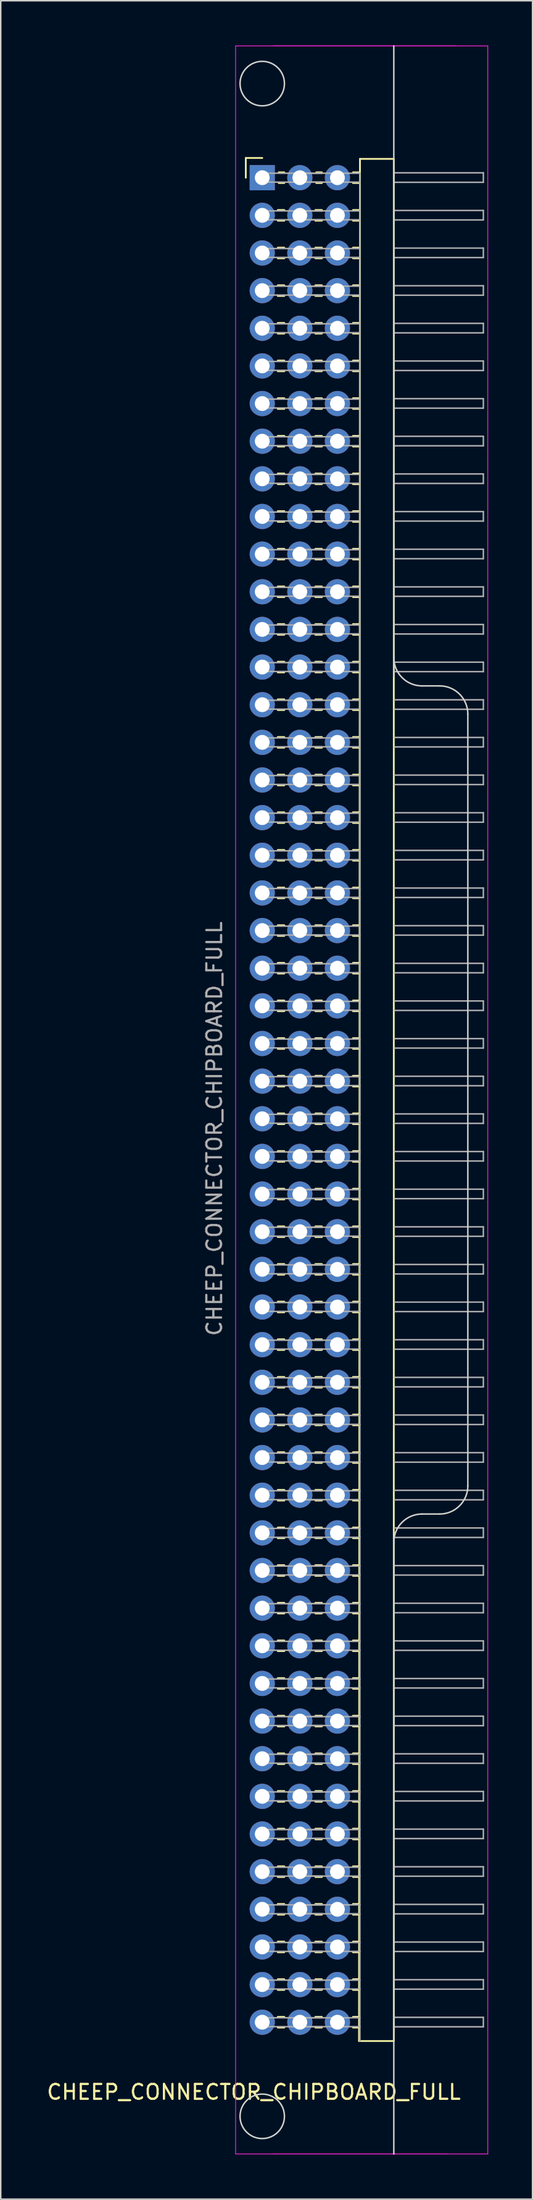
<source format=kicad_pcb>
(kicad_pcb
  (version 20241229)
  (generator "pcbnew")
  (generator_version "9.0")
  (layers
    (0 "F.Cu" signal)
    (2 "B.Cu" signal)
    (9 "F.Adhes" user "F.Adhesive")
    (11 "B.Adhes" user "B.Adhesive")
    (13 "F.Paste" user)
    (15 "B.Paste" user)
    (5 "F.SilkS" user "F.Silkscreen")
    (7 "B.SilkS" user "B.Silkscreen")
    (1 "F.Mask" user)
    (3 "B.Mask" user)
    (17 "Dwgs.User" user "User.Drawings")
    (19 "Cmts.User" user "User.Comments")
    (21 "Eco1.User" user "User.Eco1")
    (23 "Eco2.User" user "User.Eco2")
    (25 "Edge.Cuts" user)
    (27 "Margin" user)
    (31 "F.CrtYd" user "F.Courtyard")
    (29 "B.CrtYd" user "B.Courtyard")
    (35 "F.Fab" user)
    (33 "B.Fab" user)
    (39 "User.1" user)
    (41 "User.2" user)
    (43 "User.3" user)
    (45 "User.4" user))
  (footprint "CHEEP_CONNECTOR_CHIPBOARD_FULL"
    (layer "F.Cu")
    (at 14.671 8.94)
    (property "Reference" "CHEEP_CONNECTOR_CHIPBOARD_FULL" (at -0.57 129.17 0) (layer "F.SilkS") (effects (font (size 1 1) (thickness 0.15))))
    (attr through_hole)
    (fp_line (start -1.11 -1.33) (end -1.11 0) (stroke (width 0.12) (type solid)) (layer "F.SilkS"))
    (fp_line (start 0 -1.33) (end -1.11 -1.33) (stroke (width 0.12) (type solid)) (layer "F.SilkS"))
    (fp_line (start 1.49 -0.36) (end 1.11 -0.36) (stroke (width 0.12) (type solid)) (layer "F.SilkS"))
    (fp_line (start 1.49 0.36) (end 1.11 0.36) (stroke (width 0.12) (type solid)) (layer "F.SilkS"))
    (fp_line (start 1.49 2.18) (end 1.05 2.18) (stroke (width 0.12) (type solid)) (layer "F.SilkS"))
    (fp_line (start 1.49 2.9) (end 1.05 2.9) (stroke (width 0.12) (type solid)) (layer "F.SilkS"))
    (fp_line (start 1.49 4.72) (end 1.05 4.72) (stroke (width 0.12) (type solid)) (layer "F.SilkS"))
    (fp_line (start 1.49 5.44) (end 1.05 5.44) (stroke (width 0.12) (type solid)) (layer "F.SilkS"))
    (fp_line (start 1.49 7.26) (end 1.05 7.26) (stroke (width 0.12) (type solid)) (layer "F.SilkS"))
    (fp_line (start 1.49 7.98) (end 1.05 7.98) (stroke (width 0.12) (type solid)) (layer "F.SilkS"))
    (fp_line (start 1.49 9.8) (end 1.05 9.8) (stroke (width 0.12) (type solid)) (layer "F.SilkS"))
    (fp_line (start 1.49 10.52) (end 1.05 10.52) (stroke (width 0.12) (type solid)) (layer "F.SilkS"))
    (fp_line (start 1.49 12.34) (end 1.05 12.34) (stroke (width 0.12) (type solid)) (layer "F.SilkS"))
    (fp_line (start 1.49 13.06) (end 1.05 13.06) (stroke (width 0.12) (type solid)) (layer "F.SilkS"))
    (fp_line (start 1.49 14.88) (end 1.05 14.88) (stroke (width 0.12) (type solid)) (layer "F.SilkS"))
    (fp_line (start 1.49 15.6) (end 1.05 15.6) (stroke (width 0.12) (type solid)) (layer "F.SilkS"))
    (fp_line (start 1.49 17.42) (end 1.05 17.42) (stroke (width 0.12) (type solid)) (layer "F.SilkS"))
    (fp_line (start 1.49 18.14) (end 1.05 18.14) (stroke (width 0.12) (type solid)) (layer "F.SilkS"))
    (fp_line (start 1.49 19.96) (end 1.05 19.96) (stroke (width 0.12) (type solid)) (layer "F.SilkS"))
    (fp_line (start 1.49 20.68) (end 1.05 20.68) (stroke (width 0.12) (type solid)) (layer "F.SilkS"))
    (fp_line (start 1.49 22.5) (end 1.05 22.5) (stroke (width 0.12) (type solid)) (layer "F.SilkS"))
    (fp_line (start 1.49 23.22) (end 1.05 23.22) (stroke (width 0.12) (type solid)) (layer "F.SilkS"))
    (fp_line (start 1.49 25.04) (end 1.05 25.04) (stroke (width 0.12) (type solid)) (layer "F.SilkS"))
    (fp_line (start 1.49 25.76) (end 1.05 25.76) (stroke (width 0.12) (type solid)) (layer "F.SilkS"))
    (fp_line (start 1.49 27.58) (end 1.05 27.58) (stroke (width 0.12) (type solid)) (layer "F.SilkS"))
    (fp_line (start 1.49 28.3) (end 1.05 28.3) (stroke (width 0.12) (type solid)) (layer "F.SilkS"))
    (fp_line (start 1.49 30.12) (end 1.05 30.12) (stroke (width 0.12) (type solid)) (layer "F.SilkS"))
    (fp_line (start 1.49 30.84) (end 1.05 30.84) (stroke (width 0.12) (type solid)) (layer "F.SilkS"))
    (fp_line (start 1.49 32.66) (end 1.05 32.66) (stroke (width 0.12) (type solid)) (layer "F.SilkS"))
    (fp_line (start 1.49 33.38) (end 1.05 33.38) (stroke (width 0.12) (type solid)) (layer "F.SilkS"))
    (fp_line (start 1.49 35.2) (end 1.05 35.2) (stroke (width 0.12) (type solid)) (layer "F.SilkS"))
    (fp_line (start 1.49 35.92) (end 1.05 35.92) (stroke (width 0.12) (type solid)) (layer "F.SilkS"))
    (fp_line (start 1.49 37.74) (end 1.05 37.74) (stroke (width 0.12) (type solid)) (layer "F.SilkS"))
    (fp_line (start 1.49 38.46) (end 1.05 38.46) (stroke (width 0.12) (type solid)) (layer "F.SilkS"))
    (fp_line (start 1.49 40.28) (end 1.05 40.28) (stroke (width 0.12) (type solid)) (layer "F.SilkS"))
    (fp_line (start 1.49 41) (end 1.05 41) (stroke (width 0.12) (type solid)) (layer "F.SilkS"))
    (fp_line (start 1.49 42.82) (end 1.05 42.82) (stroke (width 0.12) (type solid)) (layer "F.SilkS"))
    (fp_line (start 1.49 43.54) (end 1.05 43.54) (stroke (width 0.12) (type solid)) (layer "F.SilkS"))
    (fp_line (start 1.49 45.36) (end 1.05 45.36) (stroke (width 0.12) (type solid)) (layer "F.SilkS"))
    (fp_line (start 1.49 46.08) (end 1.05 46.08) (stroke (width 0.12) (type solid)) (layer "F.SilkS"))
    (fp_line (start 1.49 47.9) (end 1.05 47.9) (stroke (width 0.12) (type solid)) (layer "F.SilkS"))
    (fp_line (start 1.49 48.62) (end 1.05 48.62) (stroke (width 0.12) (type solid)) (layer "F.SilkS"))
    (fp_line (start 1.49 50.44) (end 1.05 50.44) (stroke (width 0.12) (type solid)) (layer "F.SilkS"))
    (fp_line (start 1.49 51.16) (end 1.05 51.16) (stroke (width 0.12) (type solid)) (layer "F.SilkS"))
    (fp_line (start 1.49 52.98) (end 1.05 52.98) (stroke (width 0.12) (type solid)) (layer "F.SilkS"))
    (fp_line (start 1.49 53.7) (end 1.05 53.7) (stroke (width 0.12) (type solid)) (layer "F.SilkS"))
    (fp_line (start 1.49 55.52) (end 1.05 55.52) (stroke (width 0.12) (type solid)) (layer "F.SilkS"))
    (fp_line (start 1.49 56.24) (end 1.05 56.24) (stroke (width 0.12) (type solid)) (layer "F.SilkS"))
    (fp_line (start 1.49 58.06) (end 1.05 58.06) (stroke (width 0.12) (type solid)) (layer "F.SilkS"))
    (fp_line (start 1.49 58.78) (end 1.05 58.78) (stroke (width 0.12) (type solid)) (layer "F.SilkS"))
    (fp_line (start 1.49 60.6) (end 1.05 60.6) (stroke (width 0.12) (type solid)) (layer "F.SilkS"))
    (fp_line (start 1.49 61.32) (end 1.05 61.32) (stroke (width 0.12) (type solid)) (layer "F.SilkS"))
    (fp_line (start 1.49 63.14) (end 1.05 63.14) (stroke (width 0.12) (type solid)) (layer "F.SilkS"))
    (fp_line (start 1.49 63.86) (end 1.05 63.86) (stroke (width 0.12) (type solid)) (layer "F.SilkS"))
    (fp_line (start 1.49 65.68) (end 1.05 65.68) (stroke (width 0.12) (type solid)) (layer "F.SilkS"))
    (fp_line (start 1.49 66.4) (end 1.05 66.4) (stroke (width 0.12) (type solid)) (layer "F.SilkS"))
    (fp_line (start 1.49 68.22) (end 1.05 68.22) (stroke (width 0.12) (type solid)) (layer "F.SilkS"))
    (fp_line (start 1.49 68.94) (end 1.05 68.94) (stroke (width 0.12) (type solid)) (layer "F.SilkS"))
    (fp_line (start 1.49 70.76) (end 1.05 70.76) (stroke (width 0.12) (type solid)) (layer "F.SilkS"))
    (fp_line (start 1.49 71.48) (end 1.05 71.48) (stroke (width 0.12) (type solid)) (layer "F.SilkS"))
    (fp_line (start 1.49 73.3) (end 1.05 73.3) (stroke (width 0.12) (type solid)) (layer "F.SilkS"))
    (fp_line (start 1.49 74.02) (end 1.05 74.02) (stroke (width 0.12) (type solid)) (layer "F.SilkS"))
    (fp_line (start 1.49 75.84) (end 1.05 75.84) (stroke (width 0.12) (type solid)) (layer "F.SilkS"))
    (fp_line (start 1.49 76.56) (end 1.05 76.56) (stroke (width 0.12) (type solid)) (layer "F.SilkS"))
    (fp_line (start 1.49 78.38) (end 1.05 78.38) (stroke (width 0.12) (type solid)) (layer "F.SilkS"))
    (fp_line (start 1.49 79.1) (end 1.05 79.1) (stroke (width 0.12) (type solid)) (layer "F.SilkS"))
    (fp_line (start 1.49 80.92) (end 1.05 80.92) (stroke (width 0.12) (type solid)) (layer "F.SilkS"))
    (fp_line (start 1.49 81.64) (end 1.05 81.64) (stroke (width 0.12) (type solid)) (layer "F.SilkS"))
    (fp_line (start 1.49 83.46) (end 1.05 83.46) (stroke (width 0.12) (type solid)) (layer "F.SilkS"))
    (fp_line (start 1.49 84.18) (end 1.05 84.18) (stroke (width 0.12) (type solid)) (layer "F.SilkS"))
    (fp_line (start 1.49 86) (end 1.05 86) (stroke (width 0.12) (type solid)) (layer "F.SilkS"))
    (fp_line (start 1.49 86.72) (end 1.05 86.72) (stroke (width 0.12) (type solid)) (layer "F.SilkS"))
    (fp_line (start 1.49 88.54) (end 1.05 88.54) (stroke (width 0.12) (type solid)) (layer "F.SilkS"))
    (fp_line (start 1.49 89.26) (end 1.05 89.26) (stroke (width 0.12) (type solid)) (layer "F.SilkS"))
    (fp_line (start 1.49 91.08) (end 1.05 91.08) (stroke (width 0.12) (type solid)) (layer "F.SilkS"))
    (fp_line (start 1.49 91.8) (end 1.05 91.8) (stroke (width 0.12) (type solid)) (layer "F.SilkS"))
    (fp_line (start 1.49 93.62) (end 1.05 93.62) (stroke (width 0.12) (type solid)) (layer "F.SilkS"))
    (fp_line (start 1.49 94.34) (end 1.05 94.34) (stroke (width 0.12) (type solid)) (layer "F.SilkS"))
    (fp_line (start 1.49 96.16) (end 1.05 96.16) (stroke (width 0.12) (type solid)) (layer "F.SilkS"))
    (fp_line (start 1.49 96.88) (end 1.05 96.88) (stroke (width 0.12) (type solid)) (layer "F.SilkS"))
    (fp_line (start 1.49 98.7) (end 1.05 98.7) (stroke (width 0.12) (type solid)) (layer "F.SilkS"))
    (fp_line (start 1.49 99.42) (end 1.05 99.42) (stroke (width 0.12) (type solid)) (layer "F.SilkS"))
    (fp_line (start 1.49 101.24) (end 1.05 101.24) (stroke (width 0.12) (type solid)) (layer "F.SilkS"))
    (fp_line (start 1.49 101.96) (end 1.05 101.96) (stroke (width 0.12) (type solid)) (layer "F.SilkS"))
    (fp_line (start 1.49 103.78) (end 1.05 103.78) (stroke (width 0.12) (type solid)) (layer "F.SilkS"))
    (fp_line (start 1.49 104.5) (end 1.05 104.5) (stroke (width 0.12) (type solid)) (layer "F.SilkS"))
    (fp_line (start 1.49 106.32) (end 1.05 106.32) (stroke (width 0.12) (type solid)) (layer "F.SilkS"))
    (fp_line (start 1.49 107.04) (end 1.05 107.04) (stroke (width 0.12) (type solid)) (layer "F.SilkS"))
    (fp_line (start 1.49 108.86) (end 1.05 108.86) (stroke (width 0.12) (type solid)) (layer "F.SilkS"))
    (fp_line (start 1.49 109.58) (end 1.05 109.58) (stroke (width 0.12) (type solid)) (layer "F.SilkS"))
    (fp_line (start 1.49 111.4) (end 1.05 111.4) (stroke (width 0.12) (type solid)) (layer "F.SilkS"))
    (fp_line (start 1.49 112.12) (end 1.05 112.12) (stroke (width 0.12) (type solid)) (layer "F.SilkS"))
    (fp_line (start 1.49 113.94) (end 1.05 113.94) (stroke (width 0.12) (type solid)) (layer "F.SilkS"))
    (fp_line (start 1.49 114.66) (end 1.05 114.66) (stroke (width 0.12) (type solid)) (layer "F.SilkS"))
    (fp_line (start 1.49 116.48) (end 1.05 116.48) (stroke (width 0.12) (type solid)) (layer "F.SilkS"))
    (fp_line (start 1.49 117.2) (end 1.05 117.2) (stroke (width 0.12) (type solid)) (layer "F.SilkS"))
    (fp_line (start 1.49 119.02) (end 1.05 119.02) (stroke (width 0.12) (type solid)) (layer "F.SilkS"))
    (fp_line (start 1.49 119.74) (end 1.05 119.74) (stroke (width 0.12) (type solid)) (layer "F.SilkS"))
    (fp_line (start 1.49 121.56) (end 1.05 121.56) (stroke (width 0.12) (type solid)) (layer "F.SilkS"))
    (fp_line (start 1.49 122.28) (end 1.05 122.28) (stroke (width 0.12) (type solid)) (layer "F.SilkS"))
    (fp_line (start 1.49 124.1) (end 1.05 124.1) (stroke (width 0.12) (type solid)) (layer "F.SilkS"))
    (fp_line (start 1.49 124.82) (end 1.05 124.82) (stroke (width 0.12) (type solid)) (layer "F.SilkS"))
    (fp_line (start 4.03 -0.36) (end 3.65 -0.36) (stroke (width 0.12) (type solid)) (layer "F.SilkS"))
    (fp_line (start 4.03 0.36) (end 3.65 0.36) (stroke (width 0.12) (type solid)) (layer "F.SilkS"))
    (fp_line (start 4.03 2.18) (end 3.59 2.18) (stroke (width 0.12) (type solid)) (layer "F.SilkS"))
    (fp_line (start 4.03 2.9) (end 3.59 2.9) (stroke (width 0.12) (type solid)) (layer "F.SilkS"))
    (fp_line (start 4.03 4.72) (end 3.59 4.72) (stroke (width 0.12) (type solid)) (layer "F.SilkS"))
    (fp_line (start 4.03 5.44) (end 3.59 5.44) (stroke (width 0.12) (type solid)) (layer "F.SilkS"))
    (fp_line (start 4.03 7.26) (end 3.59 7.26) (stroke (width 0.12) (type solid)) (layer "F.SilkS"))
    (fp_line (start 4.03 7.98) (end 3.59 7.98) (stroke (width 0.12) (type solid)) (layer "F.SilkS"))
    (fp_line (start 4.03 9.8) (end 3.59 9.8) (stroke (width 0.12) (type solid)) (layer "F.SilkS"))
    (fp_line (start 4.03 10.52) (end 3.59 10.52) (stroke (width 0.12) (type solid)) (layer "F.SilkS"))
    (fp_line (start 4.03 12.34) (end 3.59 12.34) (stroke (width 0.12) (type solid)) (layer "F.SilkS"))
    (fp_line (start 4.03 13.06) (end 3.59 13.06) (stroke (width 0.12) (type solid)) (layer "F.SilkS"))
    (fp_line (start 4.03 14.88) (end 3.59 14.88) (stroke (width 0.12) (type solid)) (layer "F.SilkS"))
    (fp_line (start 4.03 15.6) (end 3.59 15.6) (stroke (width 0.12) (type solid)) (layer "F.SilkS"))
    (fp_line (start 4.03 17.42) (end 3.59 17.42) (stroke (width 0.12) (type solid)) (layer "F.SilkS"))
    (fp_line (start 4.03 18.14) (end 3.59 18.14) (stroke (width 0.12) (type solid)) (layer "F.SilkS"))
    (fp_line (start 4.03 19.96) (end 3.59 19.96) (stroke (width 0.12) (type solid)) (layer "F.SilkS"))
    (fp_line (start 4.03 20.68) (end 3.59 20.68) (stroke (width 0.12) (type solid)) (layer "F.SilkS"))
    (fp_line (start 4.03 22.5) (end 3.59 22.5) (stroke (width 0.12) (type solid)) (layer "F.SilkS"))
    (fp_line (start 4.03 23.22) (end 3.59 23.22) (stroke (width 0.12) (type solid)) (layer "F.SilkS"))
    (fp_line (start 4.03 25.04) (end 3.59 25.04) (stroke (width 0.12) (type solid)) (layer "F.SilkS"))
    (fp_line (start 4.03 25.76) (end 3.59 25.76) (stroke (width 0.12) (type solid)) (layer "F.SilkS"))
    (fp_line (start 4.03 27.58) (end 3.59 27.58) (stroke (width 0.12) (type solid)) (layer "F.SilkS"))
    (fp_line (start 4.03 28.3) (end 3.59 28.3) (stroke (width 0.12) (type solid)) (layer "F.SilkS"))
    (fp_line (start 4.03 30.12) (end 3.59 30.12) (stroke (width 0.12) (type solid)) (layer "F.SilkS"))
    (fp_line (start 4.03 30.84) (end 3.59 30.84) (stroke (width 0.12) (type solid)) (layer "F.SilkS"))
    (fp_line (start 4.03 32.66) (end 3.59 32.66) (stroke (width 0.12) (type solid)) (layer "F.SilkS"))
    (fp_line (start 4.03 33.38) (end 3.59 33.38) (stroke (width 0.12) (type solid)) (layer "F.SilkS"))
    (fp_line (start 4.03 35.2) (end 3.59 35.2) (stroke (width 0.12) (type solid)) (layer "F.SilkS"))
    (fp_line (start 4.03 35.92) (end 3.59 35.92) (stroke (width 0.12) (type solid)) (layer "F.SilkS"))
    (fp_line (start 4.03 37.74) (end 3.59 37.74) (stroke (width 0.12) (type solid)) (layer "F.SilkS"))
    (fp_line (start 4.03 38.46) (end 3.59 38.46) (stroke (width 0.12) (type solid)) (layer "F.SilkS"))
    (fp_line (start 4.03 40.28) (end 3.59 40.28) (stroke (width 0.12) (type solid)) (layer "F.SilkS"))
    (fp_line (start 4.03 41) (end 3.59 41) (stroke (width 0.12) (type solid)) (layer "F.SilkS"))
    (fp_line (start 4.03 42.82) (end 3.59 42.82) (stroke (width 0.12) (type solid)) (layer "F.SilkS"))
    (fp_line (start 4.03 43.54) (end 3.59 43.54) (stroke (width 0.12) (type solid)) (layer "F.SilkS"))
    (fp_line (start 4.03 45.36) (end 3.59 45.36) (stroke (width 0.12) (type solid)) (layer "F.SilkS"))
    (fp_line (start 4.03 46.08) (end 3.59 46.08) (stroke (width 0.12) (type solid)) (layer "F.SilkS"))
    (fp_line (start 4.03 47.9) (end 3.59 47.9) (stroke (width 0.12) (type solid)) (layer "F.SilkS"))
    (fp_line (start 4.03 48.62) (end 3.59 48.62) (stroke (width 0.12) (type solid)) (layer "F.SilkS"))
    (fp_line (start 4.03 50.44) (end 3.59 50.44) (stroke (width 0.12) (type solid)) (layer "F.SilkS"))
    (fp_line (start 4.03 51.16) (end 3.59 51.16) (stroke (width 0.12) (type solid)) (layer "F.SilkS"))
    (fp_line (start 4.03 52.98) (end 3.59 52.98) (stroke (width 0.12) (type solid)) (layer "F.SilkS"))
    (fp_line (start 4.03 53.7) (end 3.59 53.7) (stroke (width 0.12) (type solid)) (layer "F.SilkS"))
    (fp_line (start 4.03 55.52) (end 3.59 55.52) (stroke (width 0.12) (type solid)) (layer "F.SilkS"))
    (fp_line (start 4.03 56.24) (end 3.59 56.24) (stroke (width 0.12) (type solid)) (layer "F.SilkS"))
    (fp_line (start 4.03 58.06) (end 3.59 58.06) (stroke (width 0.12) (type solid)) (layer "F.SilkS"))
    (fp_line (start 4.03 58.78) (end 3.59 58.78) (stroke (width 0.12) (type solid)) (layer "F.SilkS"))
    (fp_line (start 4.03 60.6) (end 3.59 60.6) (stroke (width 0.12) (type solid)) (layer "F.SilkS"))
    (fp_line (start 4.03 61.32) (end 3.59 61.32) (stroke (width 0.12) (type solid)) (layer "F.SilkS"))
    (fp_line (start 4.03 63.14) (end 3.59 63.14) (stroke (width 0.12) (type solid)) (layer "F.SilkS"))
    (fp_line (start 4.03 63.86) (end 3.59 63.86) (stroke (width 0.12) (type solid)) (layer "F.SilkS"))
    (fp_line (start 4.03 65.68) (end 3.59 65.68) (stroke (width 0.12) (type solid)) (layer "F.SilkS"))
    (fp_line (start 4.03 66.4) (end 3.59 66.4) (stroke (width 0.12) (type solid)) (layer "F.SilkS"))
    (fp_line (start 4.03 68.22) (end 3.59 68.22) (stroke (width 0.12) (type solid)) (layer "F.SilkS"))
    (fp_line (start 4.03 68.94) (end 3.59 68.94) (stroke (width 0.12) (type solid)) (layer "F.SilkS"))
    (fp_line (start 4.03 70.76) (end 3.59 70.76) (stroke (width 0.12) (type solid)) (layer "F.SilkS"))
    (fp_line (start 4.03 71.48) (end 3.59 71.48) (stroke (width 0.12) (type solid)) (layer "F.SilkS"))
    (fp_line (start 4.03 73.3) (end 3.59 73.3) (stroke (width 0.12) (type solid)) (layer "F.SilkS"))
    (fp_line (start 4.03 74.02) (end 3.59 74.02) (stroke (width 0.12) (type solid)) (layer "F.SilkS"))
    (fp_line (start 4.03 75.84) (end 3.59 75.84) (stroke (width 0.12) (type solid)) (layer "F.SilkS"))
    (fp_line (start 4.03 76.56) (end 3.59 76.56) (stroke (width 0.12) (type solid)) (layer "F.SilkS"))
    (fp_line (start 4.03 78.38) (end 3.59 78.38) (stroke (width 0.12) (type solid)) (layer "F.SilkS"))
    (fp_line (start 4.03 79.1) (end 3.59 79.1) (stroke (width 0.12) (type solid)) (layer "F.SilkS"))
    (fp_line (start 4.03 80.92) (end 3.59 80.92) (stroke (width 0.12) (type solid)) (layer "F.SilkS"))
    (fp_line (start 4.03 81.64) (end 3.59 81.64) (stroke (width 0.12) (type solid)) (layer "F.SilkS"))
    (fp_line (start 4.03 83.46) (end 3.59 83.46) (stroke (width 0.12) (type solid)) (layer "F.SilkS"))
    (fp_line (start 4.03 84.18) (end 3.59 84.18) (stroke (width 0.12) (type solid)) (layer "F.SilkS"))
    (fp_line (start 4.03 86) (end 3.59 86) (stroke (width 0.12) (type solid)) (layer "F.SilkS"))
    (fp_line (start 4.03 86.72) (end 3.59 86.72) (stroke (width 0.12) (type solid)) (layer "F.SilkS"))
    (fp_line (start 4.03 88.54) (end 3.59 88.54) (stroke (width 0.12) (type solid)) (layer "F.SilkS"))
    (fp_line (start 4.03 89.26) (end 3.59 89.26) (stroke (width 0.12) (type solid)) (layer "F.SilkS"))
    (fp_line (start 4.03 91.08) (end 3.59 91.08) (stroke (width 0.12) (type solid)) (layer "F.SilkS"))
    (fp_line (start 4.03 91.8) (end 3.59 91.8) (stroke (width 0.12) (type solid)) (layer "F.SilkS"))
    (fp_line (start 4.03 93.62) (end 3.59 93.62) (stroke (width 0.12) (type solid)) (layer "F.SilkS"))
    (fp_line (start 4.03 94.34) (end 3.59 94.34) (stroke (width 0.12) (type solid)) (layer "F.SilkS"))
    (fp_line (start 4.03 96.16) (end 3.59 96.16) (stroke (width 0.12) (type solid)) (layer "F.SilkS"))
    (fp_line (start 4.03 96.88) (end 3.59 96.88) (stroke (width 0.12) (type solid)) (layer "F.SilkS"))
    (fp_line (start 4.03 98.7) (end 3.59 98.7) (stroke (width 0.12) (type solid)) (layer "F.SilkS"))
    (fp_line (start 4.03 99.42) (end 3.59 99.42) (stroke (width 0.12) (type solid)) (layer "F.SilkS"))
    (fp_line (start 4.03 101.24) (end 3.59 101.24) (stroke (width 0.12) (type solid)) (layer "F.SilkS"))
    (fp_line (start 4.03 101.96) (end 3.59 101.96) (stroke (width 0.12) (type solid)) (layer "F.SilkS"))
    (fp_line (start 4.03 103.78) (end 3.59 103.78) (stroke (width 0.12) (type solid)) (layer "F.SilkS"))
    (fp_line (start 4.03 104.5) (end 3.59 104.5) (stroke (width 0.12) (type solid)) (layer "F.SilkS"))
    (fp_line (start 4.03 106.32) (end 3.59 106.32) (stroke (width 0.12) (type solid)) (layer "F.SilkS"))
    (fp_line (start 4.03 107.04) (end 3.59 107.04) (stroke (width 0.12) (type solid)) (layer "F.SilkS"))
    (fp_line (start 4.03 108.86) (end 3.59 108.86) (stroke (width 0.12) (type solid)) (layer "F.SilkS"))
    (fp_line (start 4.03 109.58) (end 3.59 109.58) (stroke (width 0.12) (type solid)) (layer "F.SilkS"))
    (fp_line (start 4.03 111.4) (end 3.59 111.4) (stroke (width 0.12) (type solid)) (layer "F.SilkS"))
    (fp_line (start 4.03 112.12) (end 3.59 112.12) (stroke (width 0.12) (type solid)) (layer "F.SilkS"))
    (fp_line (start 4.03 113.94) (end 3.59 113.94) (stroke (width 0.12) (type solid)) (layer "F.SilkS"))
    (fp_line (start 4.03 114.66) (end 3.59 114.66) (stroke (width 0.12) (type solid)) (layer "F.SilkS"))
    (fp_line (start 4.03 116.48) (end 3.59 116.48) (stroke (width 0.12) (type solid)) (layer "F.SilkS"))
    (fp_line (start 4.03 117.2) (end 3.59 117.2) (stroke (width 0.12) (type solid)) (layer "F.SilkS"))
    (fp_line (start 4.03 119.02) (end 3.59 119.02) (stroke (width 0.12) (type solid)) (layer "F.SilkS"))
    (fp_line (start 4.03 119.74) (end 3.59 119.74) (stroke (width 0.12) (type solid)) (layer "F.SilkS"))
    (fp_line (start 4.03 121.56) (end 3.59 121.56) (stroke (width 0.12) (type solid)) (layer "F.SilkS"))
    (fp_line (start 4.03 122.28) (end 3.59 122.28) (stroke (width 0.12) (type solid)) (layer "F.SilkS"))
    (fp_line (start 4.03 124.1) (end 3.59 124.1) (stroke (width 0.12) (type solid)) (layer "F.SilkS"))
    (fp_line (start 4.03 124.82) (end 3.59 124.82) (stroke (width 0.12) (type solid)) (layer "F.SilkS"))
    (fp_line (start 6.54 -0.36) (end 6.13 -0.36) (stroke (width 0.12) (type solid)) (layer "F.SilkS"))
    (fp_line (start 6.54 0.36) (end 6.13 0.36) (stroke (width 0.12) (type solid)) (layer "F.SilkS"))
    (fp_line (start 6.54 2.18) (end 6.13 2.18) (stroke (width 0.12) (type solid)) (layer "F.SilkS"))
    (fp_line (start 6.54 2.9) (end 6.13 2.9) (stroke (width 0.12) (type solid)) (layer "F.SilkS"))
    (fp_line (start 6.54 4.72) (end 6.13 4.72) (stroke (width 0.12) (type solid)) (layer "F.SilkS"))
    (fp_line (start 6.54 5.44) (end 6.13 5.44) (stroke (width 0.12) (type solid)) (layer "F.SilkS"))
    (fp_line (start 6.54 7.26) (end 6.13 7.26) (stroke (width 0.12) (type solid)) (layer "F.SilkS"))
    (fp_line (start 6.54 7.98) (end 6.13 7.98) (stroke (width 0.12) (type solid)) (layer "F.SilkS"))
    (fp_line (start 6.54 9.8) (end 6.13 9.8) (stroke (width 0.12) (type solid)) (layer "F.SilkS"))
    (fp_line (start 6.54 10.52) (end 6.13 10.52) (stroke (width 0.12) (type solid)) (layer "F.SilkS"))
    (fp_line (start 6.54 12.34) (end 6.13 12.34) (stroke (width 0.12) (type solid)) (layer "F.SilkS"))
    (fp_line (start 6.54 13.06) (end 6.13 13.06) (stroke (width 0.12) (type solid)) (layer "F.SilkS"))
    (fp_line (start 6.54 14.88) (end 6.13 14.88) (stroke (width 0.12) (type solid)) (layer "F.SilkS"))
    (fp_line (start 6.54 15.6) (end 6.13 15.6) (stroke (width 0.12) (type solid)) (layer "F.SilkS"))
    (fp_line (start 6.54 17.42) (end 6.13 17.42) (stroke (width 0.12) (type solid)) (layer "F.SilkS"))
    (fp_line (start 6.54 18.14) (end 6.13 18.14) (stroke (width 0.12) (type solid)) (layer "F.SilkS"))
    (fp_line (start 6.54 19.96) (end 6.13 19.96) (stroke (width 0.12) (type solid)) (layer "F.SilkS"))
    (fp_line (start 6.54 20.68) (end 6.13 20.68) (stroke (width 0.12) (type solid)) (layer "F.SilkS"))
    (fp_line (start 6.54 22.5) (end 6.13 22.5) (stroke (width 0.12) (type solid)) (layer "F.SilkS"))
    (fp_line (start 6.54 23.22) (end 6.13 23.22) (stroke (width 0.12) (type solid)) (layer "F.SilkS"))
    (fp_line (start 6.54 25.04) (end 6.13 25.04) (stroke (width 0.12) (type solid)) (layer "F.SilkS"))
    (fp_line (start 6.54 25.76) (end 6.13 25.76) (stroke (width 0.12) (type solid)) (layer "F.SilkS"))
    (fp_line (start 6.54 27.58) (end 6.13 27.58) (stroke (width 0.12) (type solid)) (layer "F.SilkS"))
    (fp_line (start 6.54 28.3) (end 6.13 28.3) (stroke (width 0.12) (type solid)) (layer "F.SilkS"))
    (fp_line (start 6.54 30.12) (end 6.13 30.12) (stroke (width 0.12) (type solid)) (layer "F.SilkS"))
    (fp_line (start 6.54 30.84) (end 6.13 30.84) (stroke (width 0.12) (type solid)) (layer "F.SilkS"))
    (fp_line (start 6.54 32.66) (end 6.13 32.66) (stroke (width 0.12) (type solid)) (layer "F.SilkS"))
    (fp_line (start 6.54 33.38) (end 6.13 33.38) (stroke (width 0.12) (type solid)) (layer "F.SilkS"))
    (fp_line (start 6.54 35.2) (end 6.13 35.2) (stroke (width 0.12) (type solid)) (layer "F.SilkS"))
    (fp_line (start 6.54 35.92) (end 6.13 35.92) (stroke (width 0.12) (type solid)) (layer "F.SilkS"))
    (fp_line (start 6.54 37.74) (end 6.13 37.74) (stroke (width 0.12) (type solid)) (layer "F.SilkS"))
    (fp_line (start 6.54 38.46) (end 6.13 38.46) (stroke (width 0.12) (type solid)) (layer "F.SilkS"))
    (fp_line (start 6.54 40.28) (end 6.13 40.28) (stroke (width 0.12) (type solid)) (layer "F.SilkS"))
    (fp_line (start 6.54 41) (end 6.13 41) (stroke (width 0.12) (type solid)) (layer "F.SilkS"))
    (fp_line (start 6.54 42.82) (end 6.13 42.82) (stroke (width 0.12) (type solid)) (layer "F.SilkS"))
    (fp_line (start 6.54 43.54) (end 6.13 43.54) (stroke (width 0.12) (type solid)) (layer "F.SilkS"))
    (fp_line (start 6.54 45.36) (end 6.13 45.36) (stroke (width 0.12) (type solid)) (layer "F.SilkS"))
    (fp_line (start 6.54 46.08) (end 6.13 46.08) (stroke (width 0.12) (type solid)) (layer "F.SilkS"))
    (fp_line (start 6.54 47.9) (end 6.13 47.9) (stroke (width 0.12) (type solid)) (layer "F.SilkS"))
    (fp_line (start 6.54 48.62) (end 6.13 48.62) (stroke (width 0.12) (type solid)) (layer "F.SilkS"))
    (fp_line (start 6.54 50.44) (end 6.13 50.44) (stroke (width 0.12) (type solid)) (layer "F.SilkS"))
    (fp_line (start 6.54 51.16) (end 6.13 51.16) (stroke (width 0.12) (type solid)) (layer "F.SilkS"))
    (fp_line (start 6.54 52.98) (end 6.13 52.98) (stroke (width 0.12) (type solid)) (layer "F.SilkS"))
    (fp_line (start 6.54 53.7) (end 6.13 53.7) (stroke (width 0.12) (type solid)) (layer "F.SilkS"))
    (fp_line (start 6.54 55.52) (end 6.13 55.52) (stroke (width 0.12) (type solid)) (layer "F.SilkS"))
    (fp_line (start 6.54 56.24) (end 6.13 56.24) (stroke (width 0.12) (type solid)) (layer "F.SilkS"))
    (fp_line (start 6.54 58.06) (end 6.13 58.06) (stroke (width 0.12) (type solid)) (layer "F.SilkS"))
    (fp_line (start 6.54 58.78) (end 6.13 58.78) (stroke (width 0.12) (type solid)) (layer "F.SilkS"))
    (fp_line (start 6.54 60.6) (end 6.13 60.6) (stroke (width 0.12) (type solid)) (layer "F.SilkS"))
    (fp_line (start 6.54 61.32) (end 6.13 61.32) (stroke (width 0.12) (type solid)) (layer "F.SilkS"))
    (fp_line (start 6.54 63.14) (end 6.13 63.14) (stroke (width 0.12) (type solid)) (layer "F.SilkS"))
    (fp_line (start 6.54 63.86) (end 6.13 63.86) (stroke (width 0.12) (type solid)) (layer "F.SilkS"))
    (fp_line (start 6.54 65.68) (end 6.13 65.68) (stroke (width 0.12) (type solid)) (layer "F.SilkS"))
    (fp_line (start 6.54 66.4) (end 6.13 66.4) (stroke (width 0.12) (type solid)) (layer "F.SilkS"))
    (fp_line (start 6.54 68.22) (end 6.13 68.22) (stroke (width 0.12) (type solid)) (layer "F.SilkS"))
    (fp_line (start 6.54 68.94) (end 6.13 68.94) (stroke (width 0.12) (type solid)) (layer "F.SilkS"))
    (fp_line (start 6.54 70.76) (end 6.13 70.76) (stroke (width 0.12) (type solid)) (layer "F.SilkS"))
    (fp_line (start 6.54 71.48) (end 6.13 71.48) (stroke (width 0.12) (type solid)) (layer "F.SilkS"))
    (fp_line (start 6.54 73.3) (end 6.13 73.3) (stroke (width 0.12) (type solid)) (layer "F.SilkS"))
    (fp_line (start 6.54 74.02) (end 6.13 74.02) (stroke (width 0.12) (type solid)) (layer "F.SilkS"))
    (fp_line (start 6.54 75.84) (end 6.13 75.84) (stroke (width 0.12) (type solid)) (layer "F.SilkS"))
    (fp_line (start 6.54 76.56) (end 6.13 76.56) (stroke (width 0.12) (type solid)) (layer "F.SilkS"))
    (fp_line (start 6.54 78.38) (end 6.13 78.38) (stroke (width 0.12) (type solid)) (layer "F.SilkS"))
    (fp_line (start 6.54 79.1) (end 6.13 79.1) (stroke (width 0.12) (type solid)) (layer "F.SilkS"))
    (fp_line (start 6.54 80.92) (end 6.13 80.92) (stroke (width 0.12) (type solid)) (layer "F.SilkS"))
    (fp_line (start 6.54 81.64) (end 6.13 81.64) (stroke (width 0.12) (type solid)) (layer "F.SilkS"))
    (fp_line (start 6.54 83.46) (end 6.13 83.46) (stroke (width 0.12) (type solid)) (layer "F.SilkS"))
    (fp_line (start 6.54 84.18) (end 6.13 84.18) (stroke (width 0.12) (type solid)) (layer "F.SilkS"))
    (fp_line (start 6.54 86) (end 6.13 86) (stroke (width 0.12) (type solid)) (layer "F.SilkS"))
    (fp_line (start 6.54 86.72) (end 6.13 86.72) (stroke (width 0.12) (type solid)) (layer "F.SilkS"))
    (fp_line (start 6.54 88.54) (end 6.13 88.54) (stroke (width 0.12) (type solid)) (layer "F.SilkS"))
    (fp_line (start 6.54 89.26) (end 6.13 89.26) (stroke (width 0.12) (type solid)) (layer "F.SilkS"))
    (fp_line (start 6.54 91.08) (end 6.13 91.08) (stroke (width 0.12) (type solid)) (layer "F.SilkS"))
    (fp_line (start 6.54 91.8) (end 6.13 91.8) (stroke (width 0.12) (type solid)) (layer "F.SilkS"))
    (fp_line (start 6.54 93.62) (end 6.13 93.62) (stroke (width 0.12) (type solid)) (layer "F.SilkS"))
    (fp_line (start 6.54 94.34) (end 6.13 94.34) (stroke (width 0.12) (type solid)) (layer "F.SilkS"))
    (fp_line (start 6.54 96.16) (end 6.13 96.16) (stroke (width 0.12) (type solid)) (layer "F.SilkS"))
    (fp_line (start 6.54 96.88) (end 6.13 96.88) (stroke (width 0.12) (type solid)) (layer "F.SilkS"))
    (fp_line (start 6.54 98.7) (end 6.13 98.7) (stroke (width 0.12) (type solid)) (layer "F.SilkS"))
    (fp_line (start 6.54 99.42) (end 6.13 99.42) (stroke (width 0.12) (type solid)) (layer "F.SilkS"))
    (fp_line (start 6.54 101.24) (end 6.13 101.24) (stroke (width 0.12) (type solid)) (layer "F.SilkS"))
    (fp_line (start 6.54 101.96) (end 6.13 101.96) (stroke (width 0.12) (type solid)) (layer "F.SilkS"))
    (fp_line (start 6.54 103.78) (end 6.13 103.78) (stroke (width 0.12) (type solid)) (layer "F.SilkS"))
    (fp_line (start 6.54 104.5) (end 6.13 104.5) (stroke (width 0.12) (type solid)) (layer "F.SilkS"))
    (fp_line (start 6.54 106.32) (end 6.13 106.32) (stroke (width 0.12) (type solid)) (layer "F.SilkS"))
    (fp_line (start 6.54 107.04) (end 6.13 107.04) (stroke (width 0.12) (type solid)) (layer "F.SilkS"))
    (fp_line (start 6.54 108.86) (end 6.13 108.86) (stroke (width 0.12) (type solid)) (layer "F.SilkS"))
    (fp_line (start 6.54 109.58) (end 6.13 109.58) (stroke (width 0.12) (type solid)) (layer "F.SilkS"))
    (fp_line (start 6.54 111.4) (end 6.13 111.4) (stroke (width 0.12) (type solid)) (layer "F.SilkS"))
    (fp_line (start 6.54 112.12) (end 6.13 112.12) (stroke (width 0.12) (type solid)) (layer "F.SilkS"))
    (fp_line (start 6.54 113.94) (end 6.13 113.94) (stroke (width 0.12) (type solid)) (layer "F.SilkS"))
    (fp_line (start 6.54 114.66) (end 6.13 114.66) (stroke (width 0.12) (type solid)) (layer "F.SilkS"))
    (fp_line (start 6.54 116.48) (end 6.13 116.48) (stroke (width 0.12) (type solid)) (layer "F.SilkS"))
    (fp_line (start 6.54 117.2) (end 6.13 117.2) (stroke (width 0.12) (type solid)) (layer "F.SilkS"))
    (fp_line (start 6.54 119.02) (end 6.13 119.02) (stroke (width 0.12) (type solid)) (layer "F.SilkS"))
    (fp_line (start 6.54 119.74) (end 6.13 119.74) (stroke (width 0.12) (type solid)) (layer "F.SilkS"))
    (fp_line (start 6.54 121.56) (end 6.13 121.56) (stroke (width 0.12) (type solid)) (layer "F.SilkS"))
    (fp_line (start 6.54 122.28) (end 6.13 122.28) (stroke (width 0.12) (type solid)) (layer "F.SilkS"))
    (fp_line (start 6.54 124.1) (end 6.13 124.1) (stroke (width 0.12) (type solid)) (layer "F.SilkS"))
    (fp_line (start 6.54 124.82) (end 6.13 124.82) (stroke (width 0.12) (type solid)) (layer "F.SilkS"))
    (fp_line (start 6.604 -1.27) (end 6.54 125.73) (stroke (width 0.12) (type solid)) (layer "F.SilkS"))
    (fp_line (start 8.89 -1.27) (end 6.604 -1.27) (stroke (width 0.12) (type solid)) (layer "F.SilkS"))
    (fp_line (start 8.89 -1.27) (end 8.89 125.73) (stroke (width 0.12) (type solid)) (layer "F.SilkS"))
    (fp_line (start 8.89 125.73) (end 6.54 125.73) (stroke (width 0.12) (type solid)) (layer "F.SilkS"))
    (fp_line (start 8.89 92.075) (end 8.89 133.35) (stroke (width 0.1) (type default)) (layer "Edge.Cuts"))
    (fp_line (start 8.89 33.655) (end 8.89 -8.89) (stroke (width 0.1) (type default)) (layer "Edge.Cuts"))
    (fp_line (start 10.795 90.17) (end 11.988 90.17) (stroke (width 0.1) (type default)) (layer "Edge.Cuts"))
    (fp_line (start 11.988 34.29) (end 10.795 34.29) (stroke (width 0.1) (type default)) (layer "Edge.Cuts"))
    (fp_line (start 13.893 88.265) (end 13.893 36.195) (stroke (width 0.1) (type default)) (layer "Edge.Cuts"))
    (fp_arc (start 8.89 92.075) (mid 9.447962 90.727961) (end 10.795 90.17) (stroke (width 0.1) (type default)) (layer "Edge.Cuts"))
    (fp_arc (start 10.795001 34.29) (mid 9.447963 33.732038) (end 8.890001 32.385) (stroke (width 0.1) (type default)) (layer "Edge.Cuts"))
    (fp_arc (start 11.987962 34.29) (mid 13.335 34.847962) (end 13.892962 36.195) (stroke (width 0.1) (type default)) (layer "Edge.Cuts"))
    (fp_arc (start 13.892962 88.265) (mid 13.335 89.612039) (end 11.987962 90.17) (stroke (width 0.1) (type default)) (layer "Edge.Cuts"))
    (fp_circle (center 0.000001 -6.35) (end -1.5 -6.35) (stroke (width 0.1) (type solid)) (fill no) (layer "Edge.Cuts"))
    (fp_circle (center 0.000001 130.81) (end -1.5 130.81) (stroke (width 0.1) (type solid)) (fill no) (layer "Edge.Cuts"))
    (fp_line (start -1.8 -8.89) (end 13.05 -8.89) (stroke (width 0.05) (type solid)) (layer "F.CrtYd"))
    (fp_line (start -1.8 133.35) (end -1.8 -8.89) (stroke (width 0.05) (type solid)) (layer "F.CrtYd"))
    (fp_line (start 0.74 -8.89) (end 15.24 -8.89) (stroke (width 0.05) (type solid)) (layer "F.CrtYd"))
    (fp_line (start 12.505 133.35) (end -1.8 133.35) (stroke (width 0.05) (type solid)) (layer "F.CrtYd"))
    (fp_line (start 15.24 -8.89) (end 15.24 133.35) (stroke (width 0.05) (type solid)) (layer "F.CrtYd"))
    (fp_line (start 15.24 133.35) (end 0.74 133.35) (stroke (width 0.05) (type solid)) (layer "F.CrtYd"))
    (fp_line (start 0 -0.3) (end 4.06 -0.3) (stroke (width 0.1) (type solid)) (layer "F.Fab"))
    (fp_line (start 0 0.3) (end 0 -0.3) (stroke (width 0.1) (type solid)) (layer "F.Fab"))
    (fp_line (start 0 2.24) (end 4.06 2.24) (stroke (width 0.1) (type solid)) (layer "F.Fab"))
    (fp_line (start 0 2.84) (end 0 2.24) (stroke (width 0.1) (type solid)) (layer "F.Fab"))
    (fp_line (start 0 4.78) (end 4.06 4.78) (stroke (width 0.1) (type solid)) (layer "F.Fab"))
    (fp_line (start 0 5.38) (end 0 4.78) (stroke (width 0.1) (type solid)) (layer "F.Fab"))
    (fp_line (start 0 7.32) (end 4.06 7.32) (stroke (width 0.1) (type solid)) (layer "F.Fab"))
    (fp_line (start 0 7.92) (end 0 7.32) (stroke (width 0.1) (type solid)) (layer "F.Fab"))
    (fp_line (start 0 9.86) (end 4.06 9.86) (stroke (width 0.1) (type solid)) (layer "F.Fab"))
    (fp_line (start 0 10.46) (end 0 9.86) (stroke (width 0.1) (type solid)) (layer "F.Fab"))
    (fp_line (start 0 12.4) (end 4.06 12.4) (stroke (width 0.1) (type solid)) (layer "F.Fab"))
    (fp_line (start 0 13) (end 0 12.4) (stroke (width 0.1) (type solid)) (layer "F.Fab"))
    (fp_line (start 0 14.94) (end 4.06 14.94) (stroke (width 0.1) (type solid)) (layer "F.Fab"))
    (fp_line (start 0 15.54) (end 0 14.94) (stroke (width 0.1) (type solid)) (layer "F.Fab"))
    (fp_line (start 0 17.48) (end 4.06 17.48) (stroke (width 0.1) (type solid)) (layer "F.Fab"))
    (fp_line (start 0 18.08) (end 0 17.48) (stroke (width 0.1) (type solid)) (layer "F.Fab"))
    (fp_line (start 0 20.02) (end 4.06 20.02) (stroke (width 0.1) (type solid)) (layer "F.Fab"))
    (fp_line (start 0 20.62) (end 0 20.02) (stroke (width 0.1) (type solid)) (layer "F.Fab"))
    (fp_line (start 0 22.56) (end 4.06 22.56) (stroke (width 0.1) (type solid)) (layer "F.Fab"))
    (fp_line (start 0 23.16) (end 0 22.56) (stroke (width 0.1) (type solid)) (layer "F.Fab"))
    (fp_line (start 0 25.1) (end 4.06 25.1) (stroke (width 0.1) (type solid)) (layer "F.Fab"))
    (fp_line (start 0 25.7) (end 0 25.1) (stroke (width 0.1) (type solid)) (layer "F.Fab"))
    (fp_line (start 0 27.64) (end 4.06 27.64) (stroke (width 0.1) (type solid)) (layer "F.Fab"))
    (fp_line (start 0 28.24) (end 0 27.64) (stroke (width 0.1) (type solid)) (layer "F.Fab"))
    (fp_line (start 0 30.18) (end 4.06 30.18) (stroke (width 0.1) (type solid)) (layer "F.Fab"))
    (fp_line (start 0 30.78) (end 0 30.18) (stroke (width 0.1) (type solid)) (layer "F.Fab"))
    (fp_line (start 0 32.72) (end 4.06 32.72) (stroke (width 0.1) (type solid)) (layer "F.Fab"))
    (fp_line (start 0 33.32) (end 0 32.72) (stroke (width 0.1) (type solid)) (layer "F.Fab"))
    (fp_line (start 0 35.26) (end 4.06 35.26) (stroke (width 0.1) (type solid)) (layer "F.Fab"))
    (fp_line (start 0 35.86) (end 0 35.26) (stroke (width 0.1) (type solid)) (layer "F.Fab"))
    (fp_line (start 0 37.8) (end 4.06 37.8) (stroke (width 0.1) (type solid)) (layer "F.Fab"))
    (fp_line (start 0 38.4) (end 0 37.8) (stroke (width 0.1) (type solid)) (layer "F.Fab"))
    (fp_line (start 0 40.34) (end 4.06 40.34) (stroke (width 0.1) (type solid)) (layer "F.Fab"))
    (fp_line (start 0 40.94) (end 0 40.34) (stroke (width 0.1) (type solid)) (layer "F.Fab"))
    (fp_line (start 0 42.88) (end 4.06 42.88) (stroke (width 0.1) (type solid)) (layer "F.Fab"))
    (fp_line (start 0 43.48) (end 0 42.88) (stroke (width 0.1) (type solid)) (layer "F.Fab"))
    (fp_line (start 0 45.42) (end 4.06 45.42) (stroke (width 0.1) (type solid)) (layer "F.Fab"))
    (fp_line (start 0 46.02) (end 0 45.42) (stroke (width 0.1) (type solid)) (layer "F.Fab"))
    (fp_line (start 0 47.96) (end 4.06 47.96) (stroke (width 0.1) (type solid)) (layer "F.Fab"))
    (fp_line (start 0 48.56) (end 0 47.96) (stroke (width 0.1) (type solid)) (layer "F.Fab"))
    (fp_line (start 0 50.5) (end 4.06 50.5) (stroke (width 0.1) (type solid)) (layer "F.Fab"))
    (fp_line (start 0 51.1) (end 0 50.5) (stroke (width 0.1) (type solid)) (layer "F.Fab"))
    (fp_line (start 0 53.04) (end 4.06 53.04) (stroke (width 0.1) (type solid)) (layer "F.Fab"))
    (fp_line (start 0 53.64) (end 0 53.04) (stroke (width 0.1) (type solid)) (layer "F.Fab"))
    (fp_line (start 0 55.58) (end 4.06 55.58) (stroke (width 0.1) (type solid)) (layer "F.Fab"))
    (fp_line (start 0 56.18) (end 0 55.58) (stroke (width 0.1) (type solid)) (layer "F.Fab"))
    (fp_line (start 0 58.12) (end 4.06 58.12) (stroke (width 0.1) (type solid)) (layer "F.Fab"))
    (fp_line (start 0 58.72) (end 0 58.12) (stroke (width 0.1) (type solid)) (layer "F.Fab"))
    (fp_line (start 0 60.66) (end 4.06 60.66) (stroke (width 0.1) (type solid)) (layer "F.Fab"))
    (fp_line (start 0 61.26) (end 0 60.66) (stroke (width 0.1) (type solid)) (layer "F.Fab"))
    (fp_line (start 0 63.2) (end 4.06 63.2) (stroke (width 0.1) (type solid)) (layer "F.Fab"))
    (fp_line (start 0 63.8) (end 0 63.2) (stroke (width 0.1) (type solid)) (layer "F.Fab"))
    (fp_line (start 0 65.74) (end 4.06 65.74) (stroke (width 0.1) (type solid)) (layer "F.Fab"))
    (fp_line (start 0 66.34) (end 0 65.74) (stroke (width 0.1) (type solid)) (layer "F.Fab"))
    (fp_line (start 0 68.28) (end 4.06 68.28) (stroke (width 0.1) (type solid)) (layer "F.Fab"))
    (fp_line (start 0 68.88) (end 0 68.28) (stroke (width 0.1) (type solid)) (layer "F.Fab"))
    (fp_line (start 0 70.82) (end 4.06 70.82) (stroke (width 0.1) (type solid)) (layer "F.Fab"))
    (fp_line (start 0 71.42) (end 0 70.82) (stroke (width 0.1) (type solid)) (layer "F.Fab"))
    (fp_line (start 0 73.36) (end 4.06 73.36) (stroke (width 0.1) (type solid)) (layer "F.Fab"))
    (fp_line (start 0 73.96) (end 0 73.36) (stroke (width 0.1) (type solid)) (layer "F.Fab"))
    (fp_line (start 0 75.9) (end 4.06 75.9) (stroke (width 0.1) (type solid)) (layer "F.Fab"))
    (fp_line (start 0 76.5) (end 0 75.9) (stroke (width 0.1) (type solid)) (layer "F.Fab"))
    (fp_line (start 0 78.44) (end 4.06 78.44) (stroke (width 0.1) (type solid)) (layer "F.Fab"))
    (fp_line (start 0 79.04) (end 0 78.44) (stroke (width 0.1) (type solid)) (layer "F.Fab"))
    (fp_line (start 0 80.98) (end 4.06 80.98) (stroke (width 0.1) (type solid)) (layer "F.Fab"))
    (fp_line (start 0 81.58) (end 0 80.98) (stroke (width 0.1) (type solid)) (layer "F.Fab"))
    (fp_line (start 0 83.52) (end 4.06 83.52) (stroke (width 0.1) (type solid)) (layer "F.Fab"))
    (fp_line (start 0 84.12) (end 0 83.52) (stroke (width 0.1) (type solid)) (layer "F.Fab"))
    (fp_line (start 0 86.06) (end 4.06 86.06) (stroke (width 0.1) (type solid)) (layer "F.Fab"))
    (fp_line (start 0 86.66) (end 0 86.06) (stroke (width 0.1) (type solid)) (layer "F.Fab"))
    (fp_line (start 0 88.6) (end 4.06 88.6) (stroke (width 0.1) (type solid)) (layer "F.Fab"))
    (fp_line (start 0 89.2) (end 0 88.6) (stroke (width 0.1) (type solid)) (layer "F.Fab"))
    (fp_line (start 0 91.14) (end 4.06 91.14) (stroke (width 0.1) (type solid)) (layer "F.Fab"))
    (fp_line (start 0 91.74) (end 0 91.14) (stroke (width 0.1) (type solid)) (layer "F.Fab"))
    (fp_line (start 0 93.68) (end 4.06 93.68) (stroke (width 0.1) (type solid)) (layer "F.Fab"))
    (fp_line (start 0 94.28) (end 0 93.68) (stroke (width 0.1) (type solid)) (layer "F.Fab"))
    (fp_line (start 0 96.22) (end 4.06 96.22) (stroke (width 0.1) (type solid)) (layer "F.Fab"))
    (fp_line (start 0 96.82) (end 0 96.22) (stroke (width 0.1) (type solid)) (layer "F.Fab"))
    (fp_line (start 0 98.76) (end 4.06 98.76) (stroke (width 0.1) (type solid)) (layer "F.Fab"))
    (fp_line (start 0 99.36) (end 0 98.76) (stroke (width 0.1) (type solid)) (layer "F.Fab"))
    (fp_line (start 0 101.3) (end 4.06 101.3) (stroke (width 0.1) (type solid)) (layer "F.Fab"))
    (fp_line (start 0 101.9) (end 0 101.3) (stroke (width 0.1) (type solid)) (layer "F.Fab"))
    (fp_line (start 0 103.84) (end 4.06 103.84) (stroke (width 0.1) (type solid)) (layer "F.Fab"))
    (fp_line (start 0 104.44) (end 0 103.84) (stroke (width 0.1) (type solid)) (layer "F.Fab"))
    (fp_line (start 0 106.38) (end 4.06 106.38) (stroke (width 0.1) (type solid)) (layer "F.Fab"))
    (fp_line (start 0 106.98) (end 0 106.38) (stroke (width 0.1) (type solid)) (layer "F.Fab"))
    (fp_line (start 0 108.92) (end 4.06 108.92) (stroke (width 0.1) (type solid)) (layer "F.Fab"))
    (fp_line (start 0 109.52) (end 0 108.92) (stroke (width 0.1) (type solid)) (layer "F.Fab"))
    (fp_line (start 0 111.46) (end 4.06 111.46) (stroke (width 0.1) (type solid)) (layer "F.Fab"))
    (fp_line (start 0 112.06) (end 0 111.46) (stroke (width 0.1) (type solid)) (layer "F.Fab"))
    (fp_line (start 0 114) (end 4.06 114) (stroke (width 0.1) (type solid)) (layer "F.Fab"))
    (fp_line (start 0 114.6) (end 0 114) (stroke (width 0.1) (type solid)) (layer "F.Fab"))
    (fp_line (start 0 116.54) (end 4.06 116.54) (stroke (width 0.1) (type solid)) (layer "F.Fab"))
    (fp_line (start 0 117.14) (end 0 116.54) (stroke (width 0.1) (type solid)) (layer "F.Fab"))
    (fp_line (start 0 119.08) (end 4.06 119.08) (stroke (width 0.1) (type solid)) (layer "F.Fab"))
    (fp_line (start 0 119.68) (end 0 119.08) (stroke (width 0.1) (type solid)) (layer "F.Fab"))
    (fp_line (start 0 121.62) (end 4.06 121.62) (stroke (width 0.1) (type solid)) (layer "F.Fab"))
    (fp_line (start 0 122.22) (end 0 121.62) (stroke (width 0.1) (type solid)) (layer "F.Fab"))
    (fp_line (start 0 124.16) (end 4.06 124.16) (stroke (width 0.1) (type solid)) (layer "F.Fab"))
    (fp_line (start 0 124.76) (end 0 124.16) (stroke (width 0.1) (type solid)) (layer "F.Fab"))
    (fp_line (start 2.54 -0.3) (end 6.6 -0.3) (stroke (width 0.1) (type solid)) (layer "F.Fab"))
    (fp_line (start 2.54 0.3) (end 2.54 -0.3) (stroke (width 0.1) (type solid)) (layer "F.Fab"))
    (fp_line (start 2.54 2.24) (end 6.6 2.24) (stroke (width 0.1) (type solid)) (layer "F.Fab"))
    (fp_line (start 2.54 2.84) (end 2.54 2.24) (stroke (width 0.1) (type solid)) (layer "F.Fab"))
    (fp_line (start 2.54 4.78) (end 6.6 4.78) (stroke (width 0.1) (type solid)) (layer "F.Fab"))
    (fp_line (start 2.54 5.38) (end 2.54 4.78) (stroke (width 0.1) (type solid)) (layer "F.Fab"))
    (fp_line (start 2.54 7.32) (end 6.6 7.32) (stroke (width 0.1) (type solid)) (layer "F.Fab"))
    (fp_line (start 2.54 7.92) (end 2.54 7.32) (stroke (width 0.1) (type solid)) (layer "F.Fab"))
    (fp_line (start 2.54 9.86) (end 6.6 9.86) (stroke (width 0.1) (type solid)) (layer "F.Fab"))
    (fp_line (start 2.54 10.46) (end 2.54 9.86) (stroke (width 0.1) (type solid)) (layer "F.Fab"))
    (fp_line (start 2.54 12.4) (end 6.6 12.4) (stroke (width 0.1) (type solid)) (layer "F.Fab"))
    (fp_line (start 2.54 13) (end 2.54 12.4) (stroke (width 0.1) (type solid)) (layer "F.Fab"))
    (fp_line (start 2.54 14.94) (end 6.6 14.94) (stroke (width 0.1) (type solid)) (layer "F.Fab"))
    (fp_line (start 2.54 15.54) (end 2.54 14.94) (stroke (width 0.1) (type solid)) (layer "F.Fab"))
    (fp_line (start 2.54 17.48) (end 6.6 17.48) (stroke (width 0.1) (type solid)) (layer "F.Fab"))
    (fp_line (start 2.54 18.08) (end 2.54 17.48) (stroke (width 0.1) (type solid)) (layer "F.Fab"))
    (fp_line (start 2.54 20.02) (end 6.6 20.02) (stroke (width 0.1) (type solid)) (layer "F.Fab"))
    (fp_line (start 2.54 20.62) (end 2.54 20.02) (stroke (width 0.1) (type solid)) (layer "F.Fab"))
    (fp_line (start 2.54 22.56) (end 6.6 22.56) (stroke (width 0.1) (type solid)) (layer "F.Fab"))
    (fp_line (start 2.54 23.16) (end 2.54 22.56) (stroke (width 0.1) (type solid)) (layer "F.Fab"))
    (fp_line (start 2.54 25.1) (end 6.6 25.1) (stroke (width 0.1) (type solid)) (layer "F.Fab"))
    (fp_line (start 2.54 25.7) (end 2.54 25.1) (stroke (width 0.1) (type solid)) (layer "F.Fab"))
    (fp_line (start 2.54 27.64) (end 6.6 27.64) (stroke (width 0.1) (type solid)) (layer "F.Fab"))
    (fp_line (start 2.54 28.24) (end 2.54 27.64) (stroke (width 0.1) (type solid)) (layer "F.Fab"))
    (fp_line (start 2.54 30.18) (end 6.6 30.18) (stroke (width 0.1) (type solid)) (layer "F.Fab"))
    (fp_line (start 2.54 30.78) (end 2.54 30.18) (stroke (width 0.1) (type solid)) (layer "F.Fab"))
    (fp_line (start 2.54 32.72) (end 6.6 32.72) (stroke (width 0.1) (type solid)) (layer "F.Fab"))
    (fp_line (start 2.54 33.32) (end 2.54 32.72) (stroke (width 0.1) (type solid)) (layer "F.Fab"))
    (fp_line (start 2.54 35.26) (end 6.6 35.26) (stroke (width 0.1) (type solid)) (layer "F.Fab"))
    (fp_line (start 2.54 35.86) (end 2.54 35.26) (stroke (width 0.1) (type solid)) (layer "F.Fab"))
    (fp_line (start 2.54 37.8) (end 6.6 37.8) (stroke (width 0.1) (type solid)) (layer "F.Fab"))
    (fp_line (start 2.54 38.4) (end 2.54 37.8) (stroke (width 0.1) (type solid)) (layer "F.Fab"))
    (fp_line (start 2.54 40.34) (end 6.6 40.34) (stroke (width 0.1) (type solid)) (layer "F.Fab"))
    (fp_line (start 2.54 40.94) (end 2.54 40.34) (stroke (width 0.1) (type solid)) (layer "F.Fab"))
    (fp_line (start 2.54 42.88) (end 6.6 42.88) (stroke (width 0.1) (type solid)) (layer "F.Fab"))
    (fp_line (start 2.54 43.48) (end 2.54 42.88) (stroke (width 0.1) (type solid)) (layer "F.Fab"))
    (fp_line (start 2.54 45.42) (end 6.6 45.42) (stroke (width 0.1) (type solid)) (layer "F.Fab"))
    (fp_line (start 2.54 46.02) (end 2.54 45.42) (stroke (width 0.1) (type solid)) (layer "F.Fab"))
    (fp_line (start 2.54 47.96) (end 6.6 47.96) (stroke (width 0.1) (type solid)) (layer "F.Fab"))
    (fp_line (start 2.54 48.56) (end 2.54 47.96) (stroke (width 0.1) (type solid)) (layer "F.Fab"))
    (fp_line (start 2.54 50.5) (end 6.6 50.5) (stroke (width 0.1) (type solid)) (layer "F.Fab"))
    (fp_line (start 2.54 51.1) (end 2.54 50.5) (stroke (width 0.1) (type solid)) (layer "F.Fab"))
    (fp_line (start 2.54 53.04) (end 6.6 53.04) (stroke (width 0.1) (type solid)) (layer "F.Fab"))
    (fp_line (start 2.54 53.64) (end 2.54 53.04) (stroke (width 0.1) (type solid)) (layer "F.Fab"))
    (fp_line (start 2.54 55.58) (end 6.6 55.58) (stroke (width 0.1) (type solid)) (layer "F.Fab"))
    (fp_line (start 2.54 56.18) (end 2.54 55.58) (stroke (width 0.1) (type solid)) (layer "F.Fab"))
    (fp_line (start 2.54 58.12) (end 6.6 58.12) (stroke (width 0.1) (type solid)) (layer "F.Fab"))
    (fp_line (start 2.54 58.72) (end 2.54 58.12) (stroke (width 0.1) (type solid)) (layer "F.Fab"))
    (fp_line (start 2.54 60.66) (end 6.6 60.66) (stroke (width 0.1) (type solid)) (layer "F.Fab"))
    (fp_line (start 2.54 61.26) (end 2.54 60.66) (stroke (width 0.1) (type solid)) (layer "F.Fab"))
    (fp_line (start 2.54 63.2) (end 6.6 63.2) (stroke (width 0.1) (type solid)) (layer "F.Fab"))
    (fp_line (start 2.54 63.8) (end 2.54 63.2) (stroke (width 0.1) (type solid)) (layer "F.Fab"))
    (fp_line (start 2.54 65.74) (end 6.6 65.74) (stroke (width 0.1) (type solid)) (layer "F.Fab"))
    (fp_line (start 2.54 66.34) (end 2.54 65.74) (stroke (width 0.1) (type solid)) (layer "F.Fab"))
    (fp_line (start 2.54 68.28) (end 6.6 68.28) (stroke (width 0.1) (type solid)) (layer "F.Fab"))
    (fp_line (start 2.54 68.88) (end 2.54 68.28) (stroke (width 0.1) (type solid)) (layer "F.Fab"))
    (fp_line (start 2.54 70.82) (end 6.6 70.82) (stroke (width 0.1) (type solid)) (layer "F.Fab"))
    (fp_line (start 2.54 71.42) (end 2.54 70.82) (stroke (width 0.1) (type solid)) (layer "F.Fab"))
    (fp_line (start 2.54 73.36) (end 6.6 73.36) (stroke (width 0.1) (type solid)) (layer "F.Fab"))
    (fp_line (start 2.54 73.96) (end 2.54 73.36) (stroke (width 0.1) (type solid)) (layer "F.Fab"))
    (fp_line (start 2.54 75.9) (end 6.6 75.9) (stroke (width 0.1) (type solid)) (layer "F.Fab"))
    (fp_line (start 2.54 76.5) (end 2.54 75.9) (stroke (width 0.1) (type solid)) (layer "F.Fab"))
    (fp_line (start 2.54 78.44) (end 6.6 78.44) (stroke (width 0.1) (type solid)) (layer "F.Fab"))
    (fp_line (start 2.54 79.04) (end 2.54 78.44) (stroke (width 0.1) (type solid)) (layer "F.Fab"))
    (fp_line (start 2.54 80.98) (end 6.6 80.98) (stroke (width 0.1) (type solid)) (layer "F.Fab"))
    (fp_line (start 2.54 81.58) (end 2.54 80.98) (stroke (width 0.1) (type solid)) (layer "F.Fab"))
    (fp_line (start 2.54 83.52) (end 6.6 83.52) (stroke (width 0.1) (type solid)) (layer "F.Fab"))
    (fp_line (start 2.54 84.12) (end 2.54 83.52) (stroke (width 0.1) (type solid)) (layer "F.Fab"))
    (fp_line (start 2.54 86.06) (end 6.6 86.06) (stroke (width 0.1) (type solid)) (layer "F.Fab"))
    (fp_line (start 2.54 86.66) (end 2.54 86.06) (stroke (width 0.1) (type solid)) (layer "F.Fab"))
    (fp_line (start 2.54 88.6) (end 6.6 88.6) (stroke (width 0.1) (type solid)) (layer "F.Fab"))
    (fp_line (start 2.54 89.2) (end 2.54 88.6) (stroke (width 0.1) (type solid)) (layer "F.Fab"))
    (fp_line (start 2.54 91.14) (end 6.6 91.14) (stroke (width 0.1) (type solid)) (layer "F.Fab"))
    (fp_line (start 2.54 91.74) (end 2.54 91.14) (stroke (width 0.1) (type solid)) (layer "F.Fab"))
    (fp_line (start 2.54 93.68) (end 6.6 93.68) (stroke (width 0.1) (type solid)) (layer "F.Fab"))
    (fp_line (start 2.54 94.28) (end 2.54 93.68) (stroke (width 0.1) (type solid)) (layer "F.Fab"))
    (fp_line (start 2.54 96.22) (end 6.6 96.22) (stroke (width 0.1) (type solid)) (layer "F.Fab"))
    (fp_line (start 2.54 96.82) (end 2.54 96.22) (stroke (width 0.1) (type solid)) (layer "F.Fab"))
    (fp_line (start 2.54 98.76) (end 6.6 98.76) (stroke (width 0.1) (type solid)) (layer "F.Fab"))
    (fp_line (start 2.54 99.36) (end 2.54 98.76) (stroke (width 0.1) (type solid)) (layer "F.Fab"))
    (fp_line (start 2.54 101.3) (end 6.6 101.3) (stroke (width 0.1) (type solid)) (layer "F.Fab"))
    (fp_line (start 2.54 101.9) (end 2.54 101.3) (stroke (width 0.1) (type solid)) (layer "F.Fab"))
    (fp_line (start 2.54 103.84) (end 6.6 103.84) (stroke (width 0.1) (type solid)) (layer "F.Fab"))
    (fp_line (start 2.54 104.44) (end 2.54 103.84) (stroke (width 0.1) (type solid)) (layer "F.Fab"))
    (fp_line (start 2.54 106.38) (end 6.6 106.38) (stroke (width 0.1) (type solid)) (layer "F.Fab"))
    (fp_line (start 2.54 106.98) (end 2.54 106.38) (stroke (width 0.1) (type solid)) (layer "F.Fab"))
    (fp_line (start 2.54 108.92) (end 6.6 108.92) (stroke (width 0.1) (type solid)) (layer "F.Fab"))
    (fp_line (start 2.54 109.52) (end 2.54 108.92) (stroke (width 0.1) (type solid)) (layer "F.Fab"))
    (fp_line (start 2.54 111.46) (end 6.6 111.46) (stroke (width 0.1) (type solid)) (layer "F.Fab"))
    (fp_line (start 2.54 112.06) (end 2.54 111.46) (stroke (width 0.1) (type solid)) (layer "F.Fab"))
    (fp_line (start 2.54 114) (end 6.6 114) (stroke (width 0.1) (type solid)) (layer "F.Fab"))
    (fp_line (start 2.54 114.6) (end 2.54 114) (stroke (width 0.1) (type solid)) (layer "F.Fab"))
    (fp_line (start 2.54 116.54) (end 6.6 116.54) (stroke (width 0.1) (type solid)) (layer "F.Fab"))
    (fp_line (start 2.54 117.14) (end 2.54 116.54) (stroke (width 0.1) (type solid)) (layer "F.Fab"))
    (fp_line (start 2.54 119.08) (end 6.6 119.08) (stroke (width 0.1) (type solid)) (layer "F.Fab"))
    (fp_line (start 2.54 119.68) (end 2.54 119.08) (stroke (width 0.1) (type solid)) (layer "F.Fab"))
    (fp_line (start 2.54 121.62) (end 6.6 121.62) (stroke (width 0.1) (type solid)) (layer "F.Fab"))
    (fp_line (start 2.54 122.22) (end 2.54 121.62) (stroke (width 0.1) (type solid)) (layer "F.Fab"))
    (fp_line (start 2.54 124.16) (end 6.6 124.16) (stroke (width 0.1) (type solid)) (layer "F.Fab"))
    (fp_line (start 2.54 124.76) (end 2.54 124.16) (stroke (width 0.1) (type solid)) (layer "F.Fab"))
    (fp_line (start 4.06 0.3) (end 0 0.3) (stroke (width 0.1) (type solid)) (layer "F.Fab"))
    (fp_line (start 4.06 2.84) (end 0 2.84) (stroke (width 0.1) (type solid)) (layer "F.Fab"))
    (fp_line (start 4.06 5.38) (end 0 5.38) (stroke (width 0.1) (type solid)) (layer "F.Fab"))
    (fp_line (start 4.06 7.92) (end 0 7.92) (stroke (width 0.1) (type solid)) (layer "F.Fab"))
    (fp_line (start 4.06 10.46) (end 0 10.46) (stroke (width 0.1) (type solid)) (layer "F.Fab"))
    (fp_line (start 4.06 13) (end 0 13) (stroke (width 0.1) (type solid)) (layer "F.Fab"))
    (fp_line (start 4.06 15.54) (end 0 15.54) (stroke (width 0.1) (type solid)) (layer "F.Fab"))
    (fp_line (start 4.06 18.08) (end 0 18.08) (stroke (width 0.1) (type solid)) (layer "F.Fab"))
    (fp_line (start 4.06 20.62) (end 0 20.62) (stroke (width 0.1) (type solid)) (layer "F.Fab"))
    (fp_line (start 4.06 23.16) (end 0 23.16) (stroke (width 0.1) (type solid)) (layer "F.Fab"))
    (fp_line (start 4.06 25.7) (end 0 25.7) (stroke (width 0.1) (type solid)) (layer "F.Fab"))
    (fp_line (start 4.06 28.24) (end 0 28.24) (stroke (width 0.1) (type solid)) (layer "F.Fab"))
    (fp_line (start 4.06 30.78) (end 0 30.78) (stroke (width 0.1) (type solid)) (layer "F.Fab"))
    (fp_line (start 4.06 33.32) (end 0 33.32) (stroke (width 0.1) (type solid)) (layer "F.Fab"))
    (fp_line (start 4.06 35.86) (end 0 35.86) (stroke (width 0.1) (type solid)) (layer "F.Fab"))
    (fp_line (start 4.06 38.4) (end 0 38.4) (stroke (width 0.1) (type solid)) (layer "F.Fab"))
    (fp_line (start 4.06 40.94) (end 0 40.94) (stroke (width 0.1) (type solid)) (layer "F.Fab"))
    (fp_line (start 4.06 43.48) (end 0 43.48) (stroke (width 0.1) (type solid)) (layer "F.Fab"))
    (fp_line (start 4.06 46.02) (end 0 46.02) (stroke (width 0.1) (type solid)) (layer "F.Fab"))
    (fp_line (start 4.06 48.56) (end 0 48.56) (stroke (width 0.1) (type solid)) (layer "F.Fab"))
    (fp_line (start 4.06 51.1) (end 0 51.1) (stroke (width 0.1) (type solid)) (layer "F.Fab"))
    (fp_line (start 4.06 53.64) (end 0 53.64) (stroke (width 0.1) (type solid)) (layer "F.Fab"))
    (fp_line (start 4.06 56.18) (end 0 56.18) (stroke (width 0.1) (type solid)) (layer "F.Fab"))
    (fp_line (start 4.06 58.72) (end 0 58.72) (stroke (width 0.1) (type solid)) (layer "F.Fab"))
    (fp_line (start 4.06 61.26) (end 0 61.26) (stroke (width 0.1) (type solid)) (layer "F.Fab"))
    (fp_line (start 4.06 63.8) (end 0 63.8) (stroke (width 0.1) (type solid)) (layer "F.Fab"))
    (fp_line (start 4.06 66.34) (end 0 66.34) (stroke (width 0.1) (type solid)) (layer "F.Fab"))
    (fp_line (start 4.06 68.88) (end 0 68.88) (stroke (width 0.1) (type solid)) (layer "F.Fab"))
    (fp_line (start 4.06 71.42) (end 0 71.42) (stroke (width 0.1) (type solid)) (layer "F.Fab"))
    (fp_line (start 4.06 73.96) (end 0 73.96) (stroke (width 0.1) (type solid)) (layer "F.Fab"))
    (fp_line (start 4.06 76.5) (end 0 76.5) (stroke (width 0.1) (type solid)) (layer "F.Fab"))
    (fp_line (start 4.06 79.04) (end 0 79.04) (stroke (width 0.1) (type solid)) (layer "F.Fab"))
    (fp_line (start 4.06 81.58) (end 0 81.58) (stroke (width 0.1) (type solid)) (layer "F.Fab"))
    (fp_line (start 4.06 84.12) (end 0 84.12) (stroke (width 0.1) (type solid)) (layer "F.Fab"))
    (fp_line (start 4.06 86.66) (end 0 86.66) (stroke (width 0.1) (type solid)) (layer "F.Fab"))
    (fp_line (start 4.06 89.2) (end 0 89.2) (stroke (width 0.1) (type solid)) (layer "F.Fab"))
    (fp_line (start 4.06 91.74) (end 0 91.74) (stroke (width 0.1) (type solid)) (layer "F.Fab"))
    (fp_line (start 4.06 94.28) (end 0 94.28) (stroke (width 0.1) (type solid)) (layer "F.Fab"))
    (fp_line (start 4.06 96.82) (end 0 96.82) (stroke (width 0.1) (type solid)) (layer "F.Fab"))
    (fp_line (start 4.06 99.36) (end 0 99.36) (stroke (width 0.1) (type solid)) (layer "F.Fab"))
    (fp_line (start 4.06 101.9) (end 0 101.9) (stroke (width 0.1) (type solid)) (layer "F.Fab"))
    (fp_line (start 4.06 104.44) (end 0 104.44) (stroke (width 0.1) (type solid)) (layer "F.Fab"))
    (fp_line (start 4.06 106.98) (end 0 106.98) (stroke (width 0.1) (type solid)) (layer "F.Fab"))
    (fp_line (start 4.06 109.52) (end 0 109.52) (stroke (width 0.1) (type solid)) (layer "F.Fab"))
    (fp_line (start 4.06 112.06) (end 0 112.06) (stroke (width 0.1) (type solid)) (layer "F.Fab"))
    (fp_line (start 4.06 114.6) (end 0 114.6) (stroke (width 0.1) (type solid)) (layer "F.Fab"))
    (fp_line (start 4.06 117.14) (end 0 117.14) (stroke (width 0.1) (type solid)) (layer "F.Fab"))
    (fp_line (start 4.06 119.68) (end 0 119.68) (stroke (width 0.1) (type solid)) (layer "F.Fab"))
    (fp_line (start 4.06 122.22) (end 0 122.22) (stroke (width 0.1) (type solid)) (layer "F.Fab"))
    (fp_line (start 4.06 124.76) (end 0 124.76) (stroke (width 0.1) (type solid)) (layer "F.Fab"))
    (fp_line (start 6.6 -0.3) (end 6.6 125.73) (stroke (width 0.1) (type solid)) (layer "F.Fab"))
    (fp_line (start 6.6 0.3) (end 2.54 0.3) (stroke (width 0.1) (type solid)) (layer "F.Fab"))
    (fp_line (start 6.6 2.84) (end 2.54 2.84) (stroke (width 0.1) (type solid)) (layer "F.Fab"))
    (fp_line (start 6.6 5.38) (end 2.54 5.38) (stroke (width 0.1) (type solid)) (layer "F.Fab"))
    (fp_line (start 6.6 7.92) (end 2.54 7.92) (stroke (width 0.1) (type solid)) (layer "F.Fab"))
    (fp_line (start 6.6 10.46) (end 2.54 10.46) (stroke (width 0.1) (type solid)) (layer "F.Fab"))
    (fp_line (start 6.6 13) (end 2.54 13) (stroke (width 0.1) (type solid)) (layer "F.Fab"))
    (fp_line (start 6.6 15.54) (end 2.54 15.54) (stroke (width 0.1) (type solid)) (layer "F.Fab"))
    (fp_line (start 6.6 18.08) (end 2.54 18.08) (stroke (width 0.1) (type solid)) (layer "F.Fab"))
    (fp_line (start 6.6 20.62) (end 2.54 20.62) (stroke (width 0.1) (type solid)) (layer "F.Fab"))
    (fp_line (start 6.6 23.16) (end 2.54 23.16) (stroke (width 0.1) (type solid)) (layer "F.Fab"))
    (fp_line (start 6.6 25.7) (end 2.54 25.7) (stroke (width 0.1) (type solid)) (layer "F.Fab"))
    (fp_line (start 6.6 28.24) (end 2.54 28.24) (stroke (width 0.1) (type solid)) (layer "F.Fab"))
    (fp_line (start 6.6 30.78) (end 2.54 30.78) (stroke (width 0.1) (type solid)) (layer "F.Fab"))
    (fp_line (start 6.6 33.32) (end 2.54 33.32) (stroke (width 0.1) (type solid)) (layer "F.Fab"))
    (fp_line (start 6.6 35.86) (end 2.54 35.86) (stroke (width 0.1) (type solid)) (layer "F.Fab"))
    (fp_line (start 6.6 38.4) (end 2.54 38.4) (stroke (width 0.1) (type solid)) (layer "F.Fab"))
    (fp_line (start 6.6 40.94) (end 2.54 40.94) (stroke (width 0.1) (type solid)) (layer "F.Fab"))
    (fp_line (start 6.6 43.48) (end 2.54 43.48) (stroke (width 0.1) (type solid)) (layer "F.Fab"))
    (fp_line (start 6.6 46.02) (end 2.54 46.02) (stroke (width 0.1) (type solid)) (layer "F.Fab"))
    (fp_line (start 6.6 48.56) (end 2.54 48.56) (stroke (width 0.1) (type solid)) (layer "F.Fab"))
    (fp_line (start 6.6 51.1) (end 2.54 51.1) (stroke (width 0.1) (type solid)) (layer "F.Fab"))
    (fp_line (start 6.6 53.64) (end 2.54 53.64) (stroke (width 0.1) (type solid)) (layer "F.Fab"))
    (fp_line (start 6.6 56.18) (end 2.54 56.18) (stroke (width 0.1) (type solid)) (layer "F.Fab"))
    (fp_line (start 6.6 58.72) (end 2.54 58.72) (stroke (width 0.1) (type solid)) (layer "F.Fab"))
    (fp_line (start 6.6 61.26) (end 2.54 61.26) (stroke (width 0.1) (type solid)) (layer "F.Fab"))
    (fp_line (start 6.6 63.8) (end 2.54 63.8) (stroke (width 0.1) (type solid)) (layer "F.Fab"))
    (fp_line (start 6.6 66.34) (end 2.54 66.34) (stroke (width 0.1) (type solid)) (layer "F.Fab"))
    (fp_line (start 6.6 68.88) (end 2.54 68.88) (stroke (width 0.1) (type solid)) (layer "F.Fab"))
    (fp_line (start 6.6 71.42) (end 2.54 71.42) (stroke (width 0.1) (type solid)) (layer "F.Fab"))
    (fp_line (start 6.6 73.96) (end 2.54 73.96) (stroke (width 0.1) (type solid)) (layer "F.Fab"))
    (fp_line (start 6.6 76.5) (end 2.54 76.5) (stroke (width 0.1) (type solid)) (layer "F.Fab"))
    (fp_line (start 6.6 79.04) (end 2.54 79.04) (stroke (width 0.1) (type solid)) (layer "F.Fab"))
    (fp_line (start 6.6 81.58) (end 2.54 81.58) (stroke (width 0.1) (type solid)) (layer "F.Fab"))
    (fp_line (start 6.6 84.12) (end 2.54 84.12) (stroke (width 0.1) (type solid)) (layer "F.Fab"))
    (fp_line (start 6.6 86.66) (end 2.54 86.66) (stroke (width 0.1) (type solid)) (layer "F.Fab"))
    (fp_line (start 6.6 89.2) (end 2.54 89.2) (stroke (width 0.1) (type solid)) (layer "F.Fab"))
    (fp_line (start 6.6 91.74) (end 2.54 91.74) (stroke (width 0.1) (type solid)) (layer "F.Fab"))
    (fp_line (start 6.6 94.28) (end 2.54 94.28) (stroke (width 0.1) (type solid)) (layer "F.Fab"))
    (fp_line (start 6.6 96.82) (end 2.54 96.82) (stroke (width 0.1) (type solid)) (layer "F.Fab"))
    (fp_line (start 6.6 99.36) (end 2.54 99.36) (stroke (width 0.1) (type solid)) (layer "F.Fab"))
    (fp_line (start 6.6 101.9) (end 2.54 101.9) (stroke (width 0.1) (type solid)) (layer "F.Fab"))
    (fp_line (start 6.6 104.44) (end 2.54 104.44) (stroke (width 0.1) (type solid)) (layer "F.Fab"))
    (fp_line (start 6.6 106.98) (end 2.54 106.98) (stroke (width 0.1) (type solid)) (layer "F.Fab"))
    (fp_line (start 6.6 109.52) (end 2.54 109.52) (stroke (width 0.1) (type solid)) (layer "F.Fab"))
    (fp_line (start 6.6 112.06) (end 2.54 112.06) (stroke (width 0.1) (type solid)) (layer "F.Fab"))
    (fp_line (start 6.6 114.6) (end 2.54 114.6) (stroke (width 0.1) (type solid)) (layer "F.Fab"))
    (fp_line (start 6.6 117.14) (end 2.54 117.14) (stroke (width 0.1) (type solid)) (layer "F.Fab"))
    (fp_line (start 6.6 119.68) (end 2.54 119.68) (stroke (width 0.1) (type solid)) (layer "F.Fab"))
    (fp_line (start 6.6 122.22) (end 2.54 122.22) (stroke (width 0.1) (type solid)) (layer "F.Fab"))
    (fp_line (start 6.6 124.76) (end 2.54 124.76) (stroke (width 0.1) (type solid)) (layer "F.Fab"))
    (fp_line (start 8.941 -0.33) (end 14.941 -0.33) (stroke (width 0.1) (type solid)) (layer "F.Fab"))
    (fp_line (start 8.941 0.31) (end 14.941 0.31) (stroke (width 0.1) (type solid)) (layer "F.Fab"))
    (fp_line (start 8.941 2.21) (end 14.941 2.21) (stroke (width 0.1) (type solid)) (layer "F.Fab"))
    (fp_line (start 8.941 2.85) (end 14.941 2.85) (stroke (width 0.1) (type solid)) (layer "F.Fab"))
    (fp_line (start 8.941 4.75) (end 14.941 4.75) (stroke (width 0.1) (type solid)) (layer "F.Fab"))
    (fp_line (start 8.941 5.39) (end 14.941 5.39) (stroke (width 0.1) (type solid)) (layer "F.Fab"))
    (fp_line (start 8.941 7.29) (end 14.941 7.29) (stroke (width 0.1) (type solid)) (layer "F.Fab"))
    (fp_line (start 8.941 7.93) (end 14.941 7.93) (stroke (width 0.1) (type solid)) (layer "F.Fab"))
    (fp_line (start 8.941 9.83) (end 14.941 9.83) (stroke (width 0.1) (type solid)) (layer "F.Fab"))
    (fp_line (start 8.941 10.47) (end 14.941 10.47) (stroke (width 0.1) (type solid)) (layer "F.Fab"))
    (fp_line (start 8.941 12.37) (end 14.941 12.37) (stroke (width 0.1) (type solid)) (layer "F.Fab"))
    (fp_line (start 8.941 13.01) (end 14.941 13.01) (stroke (width 0.1) (type solid)) (layer "F.Fab"))
    (fp_line (start 8.941 14.91) (end 14.941 14.91) (stroke (width 0.1) (type solid)) (layer "F.Fab"))
    (fp_line (start 8.941 15.55) (end 14.941 15.55) (stroke (width 0.1) (type solid)) (layer "F.Fab"))
    (fp_line (start 8.941 17.45) (end 14.941 17.45) (stroke (width 0.1) (type solid)) (layer "F.Fab"))
    (fp_line (start 8.941 18.09) (end 14.941 18.09) (stroke (width 0.1) (type solid)) (layer "F.Fab"))
    (fp_line (start 8.941 19.99) (end 14.941 19.99) (stroke (width 0.1) (type solid)) (layer "F.Fab"))
    (fp_line (start 8.941 20.63) (end 14.941 20.63) (stroke (width 0.1) (type solid)) (layer "F.Fab"))
    (fp_line (start 8.941 22.53) (end 14.941 22.53) (stroke (width 0.1) (type solid)) (layer "F.Fab"))
    (fp_line (start 8.941 23.17) (end 14.941 23.17) (stroke (width 0.1) (type solid)) (layer "F.Fab"))
    (fp_line (start 8.941 25.07) (end 14.941 25.07) (stroke (width 0.1) (type solid)) (layer "F.Fab"))
    (fp_line (start 8.941 25.71) (end 14.941 25.71) (stroke (width 0.1) (type solid)) (layer "F.Fab"))
    (fp_line (start 8.941 27.61) (end 14.941 27.61) (stroke (width 0.1) (type solid)) (layer "F.Fab"))
    (fp_line (start 8.941 28.25) (end 14.941 28.25) (stroke (width 0.1) (type solid)) (layer "F.Fab"))
    (fp_line (start 8.941 30.15) (end 14.941 30.15) (stroke (width 0.1) (type solid)) (layer "F.Fab"))
    (fp_line (start 8.941 30.79) (end 14.941 30.79) (stroke (width 0.1) (type solid)) (layer "F.Fab"))
    (fp_line (start 8.941 32.69) (end 14.941 32.69) (stroke (width 0.1) (type solid)) (layer "F.Fab"))
    (fp_line (start 8.941 33.33) (end 14.941 33.33) (stroke (width 0.1) (type solid)) (layer "F.Fab"))
    (fp_line (start 8.941 35.23) (end 14.941 35.23) (stroke (width 0.1) (type solid)) (layer "F.Fab"))
    (fp_line (start 8.941 35.87) (end 14.941 35.87) (stroke (width 0.1) (type solid)) (layer "F.Fab"))
    (fp_line (start 8.941 37.77) (end 14.941 37.77) (stroke (width 0.1) (type solid)) (layer "F.Fab"))
    (fp_line (start 8.941 38.41) (end 14.941 38.41) (stroke (width 0.1) (type solid)) (layer "F.Fab"))
    (fp_line (start 8.941 40.31) (end 14.941 40.31) (stroke (width 0.1) (type solid)) (layer "F.Fab"))
    (fp_line (start 8.941 40.95) (end 14.941 40.95) (stroke (width 0.1) (type solid)) (layer "F.Fab"))
    (fp_line (start 8.941 42.85) (end 14.941 42.85) (stroke (width 0.1) (type solid)) (layer "F.Fab"))
    (fp_line (start 8.941 43.49) (end 14.941 43.49) (stroke (width 0.1) (type solid)) (layer "F.Fab"))
    (fp_line (start 8.941 45.39) (end 14.941 45.39) (stroke (width 0.1) (type solid)) (layer "F.Fab"))
    (fp_line (start 8.941 46.03) (end 14.941 46.03) (stroke (width 0.1) (type solid)) (layer "F.Fab"))
    (fp_line (start 8.941 47.93) (end 14.941 47.93) (stroke (width 0.1) (type solid)) (layer "F.Fab"))
    (fp_line (start 8.941 48.57) (end 14.941 48.57) (stroke (width 0.1) (type solid)) (layer "F.Fab"))
    (fp_line (start 8.941 50.47) (end 14.941 50.47) (stroke (width 0.1) (type solid)) (layer "F.Fab"))
    (fp_line (start 8.941 51.11) (end 14.941 51.11) (stroke (width 0.1) (type solid)) (layer "F.Fab"))
    (fp_line (start 8.941 53.01) (end 14.941 53.01) (stroke (width 0.1) (type solid)) (layer "F.Fab"))
    (fp_line (start 8.941 53.65) (end 14.941 53.65) (stroke (width 0.1) (type solid)) (layer "F.Fab"))
    (fp_line (start 8.941 55.55) (end 14.941 55.55) (stroke (width 0.1) (type solid)) (layer "F.Fab"))
    (fp_line (start 8.941 56.19) (end 14.941 56.19) (stroke (width 0.1) (type solid)) (layer "F.Fab"))
    (fp_line (start 8.941 58.09) (end 14.941 58.09) (stroke (width 0.1) (type solid)) (layer "F.Fab"))
    (fp_line (start 8.941 58.73) (end 14.941 58.73) (stroke (width 0.1) (type solid)) (layer "F.Fab"))
    (fp_line (start 8.941 60.63) (end 14.941 60.63) (stroke (width 0.1) (type solid)) (layer "F.Fab"))
    (fp_line (start 8.941 61.27) (end 14.941 61.27) (stroke (width 0.1) (type solid)) (layer "F.Fab"))
    (fp_line (start 8.941 63.17) (end 14.941 63.17) (stroke (width 0.1) (type solid)) (layer "F.Fab"))
    (fp_line (start 8.941 63.81) (end 14.941 63.81) (stroke (width 0.1) (type solid)) (layer "F.Fab"))
    (fp_line (start 8.941 65.71) (end 14.941 65.71) (stroke (width 0.1) (type solid)) (layer "F.Fab"))
    (fp_line (start 8.941 66.35) (end 14.941 66.35) (stroke (width 0.1) (type solid)) (layer "F.Fab"))
    (fp_line (start 8.941 68.25) (end 14.941 68.25) (stroke (width 0.1) (type solid)) (layer "F.Fab"))
    (fp_line (start 8.941 68.89) (end 14.941 68.89) (stroke (width 0.1) (type solid)) (layer "F.Fab"))
    (fp_line (start 8.941 70.79) (end 14.941 70.79) (stroke (width 0.1) (type solid)) (layer "F.Fab"))
    (fp_line (start 8.941 71.43) (end 14.941 71.43) (stroke (width 0.1) (type solid)) (layer "F.Fab"))
    (fp_line (start 8.941 73.33) (end 14.941 73.33) (stroke (width 0.1) (type solid)) (layer "F.Fab"))
    (fp_line (start 8.941 73.97) (end 14.941 73.97) (stroke (width 0.1) (type solid)) (layer "F.Fab"))
    (fp_line (start 8.941 75.87) (end 14.941 75.87) (stroke (width 0.1) (type solid)) (layer "F.Fab"))
    (fp_line (start 8.941 76.51) (end 14.941 76.51) (stroke (width 0.1) (type solid)) (layer "F.Fab"))
    (fp_line (start 8.941 78.41) (end 14.941 78.41) (stroke (width 0.1) (type solid)) (layer "F.Fab"))
    (fp_line (start 8.941 79.05) (end 14.941 79.05) (stroke (width 0.1) (type solid)) (layer "F.Fab"))
    (fp_line (start 8.941 80.95) (end 14.941 80.95) (stroke (width 0.1) (type solid)) (layer "F.Fab"))
    (fp_line (start 8.941 81.59) (end 14.941 81.59) (stroke (width 0.1) (type solid)) (layer "F.Fab"))
    (fp_line (start 8.941 83.49) (end 14.941 83.49) (stroke (width 0.1) (type solid)) (layer "F.Fab"))
    (fp_line (start 8.941 84.13) (end 14.941 84.13) (stroke (width 0.1) (type solid)) (layer "F.Fab"))
    (fp_line (start 8.941 86.03) (end 14.941 86.03) (stroke (width 0.1) (type solid)) (layer "F.Fab"))
    (fp_line (start 8.941 86.67) (end 14.941 86.67) (stroke (width 0.1) (type solid)) (layer "F.Fab"))
    (fp_line (start 8.941 88.57) (end 14.941 88.57) (stroke (width 0.1) (type solid)) (layer "F.Fab"))
    (fp_line (start 8.941 89.21) (end 14.941 89.21) (stroke (width 0.1) (type solid)) (layer "F.Fab"))
    (fp_line (start 8.941 91.11) (end 14.941 91.11) (stroke (width 0.1) (type solid)) (layer "F.Fab"))
    (fp_line (start 8.941 91.75) (end 14.941 91.75) (stroke (width 0.1) (type solid)) (layer "F.Fab"))
    (fp_line (start 8.941 93.65) (end 14.941 93.65) (stroke (width 0.1) (type solid)) (layer "F.Fab"))
    (fp_line (start 8.941 94.29) (end 14.941 94.29) (stroke (width 0.1) (type solid)) (layer "F.Fab"))
    (fp_line (start 8.941 96.19) (end 14.941 96.19) (stroke (width 0.1) (type solid)) (layer "F.Fab"))
    (fp_line (start 8.941 96.83) (end 14.941 96.83) (stroke (width 0.1) (type solid)) (layer "F.Fab"))
    (fp_line (start 8.941 98.73) (end 14.941 98.73) (stroke (width 0.1) (type solid)) (layer "F.Fab"))
    (fp_line (start 8.941 99.37) (end 14.941 99.37) (stroke (width 0.1) (type solid)) (layer "F.Fab"))
    (fp_line (start 8.941 101.27) (end 14.941 101.27) (stroke (width 0.1) (type solid)) (layer "F.Fab"))
    (fp_line (start 8.941 101.91) (end 14.941 101.91) (stroke (width 0.1) (type solid)) (layer "F.Fab"))
    (fp_line (start 8.941 103.81) (end 14.941 103.81) (stroke (width 0.1) (type solid)) (layer "F.Fab"))
    (fp_line (start 8.941 104.45) (end 14.941 104.45) (stroke (width 0.1) (type solid)) (layer "F.Fab"))
    (fp_line (start 8.941 106.35) (end 14.941 106.35) (stroke (width 0.1) (type solid)) (layer "F.Fab"))
    (fp_line (start 8.941 106.99) (end 14.941 106.99) (stroke (width 0.1) (type solid)) (layer "F.Fab"))
    (fp_line (start 8.941 108.89) (end 14.941 108.89) (stroke (width 0.1) (type solid)) (layer "F.Fab"))
    (fp_line (start 8.941 109.53) (end 14.941 109.53) (stroke (width 0.1) (type solid)) (layer "F.Fab"))
    (fp_line (start 8.941 111.43) (end 14.941 111.43) (stroke (width 0.1) (type solid)) (layer "F.Fab"))
    (fp_line (start 8.941 112.07) (end 14.941 112.07) (stroke (width 0.1) (type solid)) (layer "F.Fab"))
    (fp_line (start 8.941 113.97) (end 14.941 113.97) (stroke (width 0.1) (type solid)) (layer "F.Fab"))
    (fp_line (start 8.941 114.61) (end 14.941 114.61) (stroke (width 0.1) (type solid)) (layer "F.Fab"))
    (fp_line (start 8.941 116.51) (end 14.941 116.51) (stroke (width 0.1) (type solid)) (layer "F.Fab"))
    (fp_line (start 8.941 117.15) (end 14.941 117.15) (stroke (width 0.1) (type solid)) (layer "F.Fab"))
    (fp_line (start 8.941 119.05) (end 14.941 119.05) (stroke (width 0.1) (type solid)) (layer "F.Fab"))
    (fp_line (start 8.941 119.69) (end 14.941 119.69) (stroke (width 0.1) (type solid)) (layer "F.Fab"))
    (fp_line (start 8.941 121.59) (end 14.941 121.59) (stroke (width 0.1) (type solid)) (layer "F.Fab"))
    (fp_line (start 8.941 122.23) (end 14.941 122.23) (stroke (width 0.1) (type solid)) (layer "F.Fab"))
    (fp_line (start 8.941 124.13) (end 14.941 124.13) (stroke (width 0.1) (type solid)) (layer "F.Fab"))
    (fp_line (start 8.941 124.77) (end 14.941 124.77) (stroke (width 0.1) (type solid)) (layer "F.Fab"))
    (fp_line (start 14.941 -0.33) (end 14.941 0.31) (stroke (width 0.1) (type solid)) (layer "F.Fab"))
    (fp_line (start 14.941 2.21) (end 14.941 2.85) (stroke (width 0.1) (type solid)) (layer "F.Fab"))
    (fp_line (start 14.941 4.75) (end 14.941 5.39) (stroke (width 0.1) (type solid)) (layer "F.Fab"))
    (fp_line (start 14.941 7.29) (end 14.941 7.93) (stroke (width 0.1) (type solid)) (layer "F.Fab"))
    (fp_line (start 14.941 9.83) (end 14.941 10.47) (stroke (width 0.1) (type solid)) (layer "F.Fab"))
    (fp_line (start 14.941 12.37) (end 14.941 13.01) (stroke (width 0.1) (type solid)) (layer "F.Fab"))
    (fp_line (start 14.941 14.91) (end 14.941 15.55) (stroke (width 0.1) (type solid)) (layer "F.Fab"))
    (fp_line (start 14.941 17.45) (end 14.941 18.09) (stroke (width 0.1) (type solid)) (layer "F.Fab"))
    (fp_line (start 14.941 19.99) (end 14.941 20.63) (stroke (width 0.1) (type solid)) (layer "F.Fab"))
    (fp_line (start 14.941 22.53) (end 14.941 23.17) (stroke (width 0.1) (type solid)) (layer "F.Fab"))
    (fp_line (start 14.941 25.07) (end 14.941 25.71) (stroke (width 0.1) (type solid)) (layer "F.Fab"))
    (fp_line (start 14.941 27.61) (end 14.941 28.25) (stroke (width 0.1) (type solid)) (layer "F.Fab"))
    (fp_line (start 14.941 30.15) (end 14.941 30.79) (stroke (width 0.1) (type solid)) (layer "F.Fab"))
    (fp_line (start 14.941 32.69) (end 14.941 33.33) (stroke (width 0.1) (type solid)) (layer "F.Fab"))
    (fp_line (start 14.941 35.23) (end 14.941 35.87) (stroke (width 0.1) (type solid)) (layer "F.Fab"))
    (fp_line (start 14.941 37.77) (end 14.941 38.41) (stroke (width 0.1) (type solid)) (layer "F.Fab"))
    (fp_line (start 14.941 40.31) (end 14.941 40.95) (stroke (width 0.1) (type solid)) (layer "F.Fab"))
    (fp_line (start 14.941 42.85) (end 14.941 43.49) (stroke (width 0.1) (type solid)) (layer "F.Fab"))
    (fp_line (start 14.941 45.39) (end 14.941 46.03) (stroke (width 0.1) (type solid)) (layer "F.Fab"))
    (fp_line (start 14.941 47.93) (end 14.941 48.57) (stroke (width 0.1) (type solid)) (layer "F.Fab"))
    (fp_line (start 14.941 50.47) (end 14.941 51.11) (stroke (width 0.1) (type solid)) (layer "F.Fab"))
    (fp_line (start 14.941 53.01) (end 14.941 53.65) (stroke (width 0.1) (type solid)) (layer "F.Fab"))
    (fp_line (start 14.941 55.55) (end 14.941 56.19) (stroke (width 0.1) (type solid)) (layer "F.Fab"))
    (fp_line (start 14.941 58.09) (end 14.941 58.73) (stroke (width 0.1) (type solid)) (layer "F.Fab"))
    (fp_line (start 14.941 60.63) (end 14.941 61.27) (stroke (width 0.1) (type solid)) (layer "F.Fab"))
    (fp_line (start 14.941 63.17) (end 14.941 63.81) (stroke (width 0.1) (type solid)) (layer "F.Fab"))
    (fp_line (start 14.941 65.71) (end 14.941 66.35) (stroke (width 0.1) (type solid)) (layer "F.Fab"))
    (fp_line (start 14.941 68.25) (end 14.941 68.89) (stroke (width 0.1) (type solid)) (layer "F.Fab"))
    (fp_line (start 14.941 70.79) (end 14.941 71.43) (stroke (width 0.1) (type solid)) (layer "F.Fab"))
    (fp_line (start 14.941 73.33) (end 14.941 73.97) (stroke (width 0.1) (type solid)) (layer "F.Fab"))
    (fp_line (start 14.941 75.87) (end 14.941 76.51) (stroke (width 0.1) (type solid)) (layer "F.Fab"))
    (fp_line (start 14.941 78.41) (end 14.941 79.05) (stroke (width 0.1) (type solid)) (layer "F.Fab"))
    (fp_line (start 14.941 80.95) (end 14.941 81.59) (stroke (width 0.1) (type solid)) (layer "F.Fab"))
    (fp_line (start 14.941 83.49) (end 14.941 84.13) (stroke (width 0.1) (type solid)) (layer "F.Fab"))
    (fp_line (start 14.941 86.03) (end 14.941 86.67) (stroke (width 0.1) (type solid)) (layer "F.Fab"))
    (fp_line (start 14.941 88.57) (end 14.941 89.21) (stroke (width 0.1) (type solid)) (layer "F.Fab"))
    (fp_line (start 14.941 91.11) (end 14.941 91.75) (stroke (width 0.1) (type solid)) (layer "F.Fab"))
    (fp_line (start 14.941 93.65) (end 14.941 94.29) (stroke (width 0.1) (type solid)) (layer "F.Fab"))
    (fp_line (start 14.941 96.19) (end 14.941 96.83) (stroke (width 0.1) (type solid)) (layer "F.Fab"))
    (fp_line (start 14.941 98.73) (end 14.941 99.37) (stroke (width 0.1) (type solid)) (layer "F.Fab"))
    (fp_line (start 14.941 101.27) (end 14.941 101.91) (stroke (width 0.1) (type solid)) (layer "F.Fab"))
    (fp_line (start 14.941 103.81) (end 14.941 104.45) (stroke (width 0.1) (type solid)) (layer "F.Fab"))
    (fp_line (start 14.941 106.35) (end 14.941 106.99) (stroke (width 0.1) (type solid)) (layer "F.Fab"))
    (fp_line (start 14.941 108.89) (end 14.941 109.53) (stroke (width 0.1) (type solid)) (layer "F.Fab"))
    (fp_line (start 14.941 111.43) (end 14.941 112.07) (stroke (width 0.1) (type solid)) (layer "F.Fab"))
    (fp_line (start 14.941 113.97) (end 14.941 114.61) (stroke (width 0.1) (type solid)) (layer "F.Fab"))
    (fp_line (start 14.941 116.51) (end 14.941 117.15) (stroke (width 0.1) (type solid)) (layer "F.Fab"))
    (fp_line (start 14.941 119.05) (end 14.941 119.69) (stroke (width 0.1) (type solid)) (layer "F.Fab"))
    (fp_line (start 14.941 121.59) (end 14.941 122.23) (stroke (width 0.1) (type solid)) (layer "F.Fab"))
    (fp_line (start 14.941 124.13) (end 14.941 124.77) (stroke (width 0.1) (type solid)) (layer "F.Fab"))
    (fp_text user "${REFERENCE}" (at -3.235 64.17 90) (layer "F.Fab") (effects (font (size 1 1) (thickness 0.15))))
    (pad "A1" thru_hole rect (at 0 0) (size 1.7 1.7) (drill 1) (layers "*.Cu" "*.Mask"))
    (pad "A2" thru_hole circle (at 0 2.54) (size 1.7 1.7) (drill 1) (layers "*.Cu" "*.Mask"))
    (pad "A3" thru_hole circle (at 0 5.08) (size 1.7 1.7) (drill 1) (layers "*.Cu" "*.Mask"))
    (pad "A4" thru_hole circle (at 0 7.62) (size 1.7 1.7) (drill 1) (layers "*.Cu" "*.Mask"))
    (pad "A5" thru_hole circle (at 0 10.16) (size 1.7 1.7) (drill 1) (layers "*.Cu" "*.Mask"))
    (pad "A6" thru_hole circle (at 0 12.7) (size 1.7 1.7) (drill 1) (layers "*.Cu" "*.Mask"))
    (pad "A7" thru_hole circle (at 0 15.24) (size 1.7 1.7) (drill 1) (layers "*.Cu" "*.Mask"))
    (pad "A8" thru_hole circle (at 0 17.78) (size 1.7 1.7) (drill 1) (layers "*.Cu" "*.Mask"))
    (pad "A9" thru_hole circle (at 0 20.32) (size 1.7 1.7) (drill 1) (layers "*.Cu" "*.Mask"))
    (pad "A10" thru_hole circle (at 0 22.86) (size 1.7 1.7) (drill 1) (layers "*.Cu" "*.Mask"))
    (pad "A11" thru_hole circle (at 0 25.4) (size 1.7 1.7) (drill 1) (layers "*.Cu" "*.Mask"))
    (pad "A12" thru_hole circle (at 0 27.94) (size 1.7 1.7) (drill 1) (layers "*.Cu" "*.Mask"))
    (pad "A13" thru_hole circle (at 0 30.48) (size 1.7 1.7) (drill 1) (layers "*.Cu" "*.Mask"))
    (pad "A14" thru_hole circle (at 0 33.02) (size 1.7 1.7) (drill 1) (layers "*.Cu" "*.Mask"))
    (pad "A15" thru_hole circle (at 0 35.56) (size 1.7 1.7) (drill 1) (layers "*.Cu" "*.Mask"))
    (pad "A16" thru_hole circle (at 0 38.1) (size 1.7 1.7) (drill 1) (layers "*.Cu" "*.Mask"))
    (pad "A17" thru_hole circle (at 0 40.64) (size 1.7 1.7) (drill 1) (layers "*.Cu" "*.Mask"))
    (pad "A18" thru_hole circle (at 0 43.18) (size 1.7 1.7) (drill 1) (layers "*.Cu" "*.Mask"))
    (pad "A19" thru_hole circle (at 0 45.72) (size 1.7 1.7) (drill 1) (layers "*.Cu" "*.Mask"))
    (pad "A20" thru_hole circle (at 0 48.26) (size 1.7 1.7) (drill 1) (layers "*.Cu" "*.Mask"))
    (pad "A21" thru_hole circle (at 0 50.8) (size 1.7 1.7) (drill 1) (layers "*.Cu" "*.Mask"))
    (pad "A22" thru_hole circle (at 0 53.34) (size 1.7 1.7) (drill 1) (layers "*.Cu" "*.Mask"))
    (pad "A23" thru_hole circle (at 0 55.88) (size 1.7 1.7) (drill 1) (layers "*.Cu" "*.Mask"))
    (pad "A24" thru_hole circle (at 0 58.42) (size 1.7 1.7) (drill 1) (layers "*.Cu" "*.Mask"))
    (pad "A25" thru_hole circle (at 0 60.96) (size 1.7 1.7) (drill 1) (layers "*.Cu" "*.Mask"))
    (pad "A26" thru_hole circle (at 0 63.5) (size 1.7 1.7) (drill 1) (layers "*.Cu" "*.Mask"))
    (pad "A27" thru_hole circle (at 0 66.04) (size 1.7 1.7) (drill 1) (layers "*.Cu" "*.Mask"))
    (pad "A28" thru_hole circle (at 0 68.58) (size 1.7 1.7) (drill 1) (layers "*.Cu" "*.Mask"))
    (pad "A29" thru_hole circle (at 0 71.12) (size 1.7 1.7) (drill 1) (layers "*.Cu" "*.Mask"))
    (pad "A30" thru_hole circle (at 0 73.66) (size 1.7 1.7) (drill 1) (layers "*.Cu" "*.Mask"))
    (pad "A31" thru_hole circle (at 0 76.2) (size 1.7 1.7) (drill 1) (layers "*.Cu" "*.Mask"))
    (pad "A32" thru_hole circle (at 0 78.74) (size 1.7 1.7) (drill 1) (layers "*.Cu" "*.Mask"))
    (pad "A33" thru_hole circle (at 0 81.28) (size 1.7 1.7) (drill 1) (layers "*.Cu" "*.Mask"))
    (pad "A34" thru_hole circle (at 0 83.82) (size 1.7 1.7) (drill 1) (layers "*.Cu" "*.Mask"))
    (pad "A35" thru_hole circle (at 0 86.36) (size 1.7 1.7) (drill 1) (layers "*.Cu" "*.Mask"))
    (pad "A36" thru_hole circle (at 0 88.9) (size 1.7 1.7) (drill 1) (layers "*.Cu" "*.Mask"))
    (pad "A37" thru_hole circle (at 0 91.44) (size 1.7 1.7) (drill 1) (layers "*.Cu" "*.Mask"))
    (pad "A38" thru_hole circle (at 0 93.98) (size 1.7 1.7) (drill 1) (layers "*.Cu" "*.Mask"))
    (pad "A39" thru_hole circle (at 0 96.52) (size 1.7 1.7) (drill 1) (layers "*.Cu" "*.Mask"))
    (pad "A40" thru_hole circle (at 0 99.06) (size 1.7 1.7) (drill 1) (layers "*.Cu" "*.Mask"))
    (pad "A41" thru_hole circle (at 0 101.6) (size 1.7 1.7) (drill 1) (layers "*.Cu" "*.Mask"))
    (pad "A42" thru_hole circle (at 0 104.14) (size 1.7 1.7) (drill 1) (layers "*.Cu" "*.Mask"))
    (pad "A43" thru_hole circle (at 0 106.68) (size 1.7 1.7) (drill 1) (layers "*.Cu" "*.Mask"))
    (pad "A44" thru_hole circle (at 0 109.22) (size 1.7 1.7) (drill 1) (layers "*.Cu" "*.Mask"))
    (pad "A45" thru_hole circle (at 0 111.76) (size 1.7 1.7) (drill 1) (layers "*.Cu" "*.Mask"))
    (pad "A46" thru_hole circle (at 0 114.3) (size 1.7 1.7) (drill 1) (layers "*.Cu" "*.Mask"))
    (pad "A47" thru_hole circle (at 0 116.84) (size 1.7 1.7) (drill 1) (layers "*.Cu" "*.Mask"))
    (pad "A48" thru_hole circle (at 0 119.38) (size 1.7 1.7) (drill 1) (layers "*.Cu" "*.Mask"))
    (pad "A49" thru_hole circle (at 0 121.92) (size 1.7 1.7) (drill 1) (layers "*.Cu" "*.Mask"))
    (pad "A50" thru_hole circle (at 0 124.46) (size 1.7 1.7) (drill 1) (layers "*.Cu" "*.Mask"))
    (pad "B1" thru_hole circle (at 2.54 0) (size 1.7 1.7) (drill 1) (layers "*.Cu" "*.Mask"))
    (pad "B2" thru_hole circle (at 2.54 2.54) (size 1.7 1.7) (drill 1) (layers "*.Cu" "*.Mask"))
    (pad "B3" thru_hole circle (at 2.54 5.08) (size 1.7 1.7) (drill 1) (layers "*.Cu" "*.Mask"))
    (pad "B4" thru_hole circle (at 2.54 7.62) (size 1.7 1.7) (drill 1) (layers "*.Cu" "*.Mask"))
    (pad "B5" thru_hole circle (at 2.54 10.16) (size 1.7 1.7) (drill 1) (layers "*.Cu" "*.Mask"))
    (pad "B6" thru_hole circle (at 2.54 12.7) (size 1.7 1.7) (drill 1) (layers "*.Cu" "*.Mask"))
    (pad "B7" thru_hole circle (at 2.54 15.24) (size 1.7 1.7) (drill 1) (layers "*.Cu" "*.Mask"))
    (pad "B8" thru_hole circle (at 2.54 17.78) (size 1.7 1.7) (drill 1) (layers "*.Cu" "*.Mask"))
    (pad "B9" thru_hole circle (at 2.54 20.32) (size 1.7 1.7) (drill 1) (layers "*.Cu" "*.Mask"))
    (pad "B10" thru_hole circle (at 2.54 22.86) (size 1.7 1.7) (drill 1) (layers "*.Cu" "*.Mask"))
    (pad "B11" thru_hole circle (at 2.54 25.4) (size 1.7 1.7) (drill 1) (layers "*.Cu" "*.Mask"))
    (pad "B12" thru_hole circle (at 2.54 27.94) (size 1.7 1.7) (drill 1) (layers "*.Cu" "*.Mask"))
    (pad "B13" thru_hole circle (at 2.54 30.48) (size 1.7 1.7) (drill 1) (layers "*.Cu" "*.Mask"))
    (pad "B14" thru_hole circle (at 2.54 33.02) (size 1.7 1.7) (drill 1) (layers "*.Cu" "*.Mask"))
    (pad "B15" thru_hole circle (at 2.54 35.56) (size 1.7 1.7) (drill 1) (layers "*.Cu" "*.Mask"))
    (pad "B16" thru_hole circle (at 2.54 38.1) (size 1.7 1.7) (drill 1) (layers "*.Cu" "*.Mask"))
    (pad "B17" thru_hole circle (at 2.54 40.64) (size 1.7 1.7) (drill 1) (layers "*.Cu" "*.Mask"))
    (pad "B18" thru_hole circle (at 2.54 43.18) (size 1.7 1.7) (drill 1) (layers "*.Cu" "*.Mask"))
    (pad "B19" thru_hole circle (at 2.54 45.72) (size 1.7 1.7) (drill 1) (layers "*.Cu" "*.Mask"))
    (pad "B20" thru_hole circle (at 2.54 48.26) (size 1.7 1.7) (drill 1) (layers "*.Cu" "*.Mask"))
    (pad "B21" thru_hole circle (at 2.54 50.8) (size 1.7 1.7) (drill 1) (layers "*.Cu" "*.Mask"))
    (pad "B22" thru_hole circle (at 2.54 53.34) (size 1.7 1.7) (drill 1) (layers "*.Cu" "*.Mask"))
    (pad "B23" thru_hole circle (at 2.54 55.88) (size 1.7 1.7) (drill 1) (layers "*.Cu" "*.Mask"))
    (pad "B24" thru_hole circle (at 2.54 58.42) (size 1.7 1.7) (drill 1) (layers "*.Cu" "*.Mask"))
    (pad "B25" thru_hole circle (at 2.54 60.96) (size 1.7 1.7) (drill 1) (layers "*.Cu" "*.Mask"))
    (pad "B26" thru_hole circle (at 2.54 63.5) (size 1.7 1.7) (drill 1) (layers "*.Cu" "*.Mask"))
    (pad "B27" thru_hole circle (at 2.54 66.04) (size 1.7 1.7) (drill 1) (layers "*.Cu" "*.Mask"))
    (pad "B28" thru_hole circle (at 2.54 68.58) (size 1.7 1.7) (drill 1) (layers "*.Cu" "*.Mask"))
    (pad "B29" thru_hole circle (at 2.54 71.12) (size 1.7 1.7) (drill 1) (layers "*.Cu" "*.Mask"))
    (pad "B30" thru_hole circle (at 2.54 73.66) (size 1.7 1.7) (drill 1) (layers "*.Cu" "*.Mask"))
    (pad "B31" thru_hole circle (at 2.54 76.2) (size 1.7 1.7) (drill 1) (layers "*.Cu" "*.Mask"))
    (pad "B32" thru_hole circle (at 2.54 78.74) (size 1.7 1.7) (drill 1) (layers "*.Cu" "*.Mask"))
    (pad "B33" thru_hole circle (at 2.54 81.28) (size 1.7 1.7) (drill 1) (layers "*.Cu" "*.Mask"))
    (pad "B34" thru_hole circle (at 2.54 83.82) (size 1.7 1.7) (drill 1) (layers "*.Cu" "*.Mask"))
    (pad "B35" thru_hole circle (at 2.54 86.36) (size 1.7 1.7) (drill 1) (layers "*.Cu" "*.Mask"))
    (pad "B36" thru_hole circle (at 2.54 88.9) (size 1.7 1.7) (drill 1) (layers "*.Cu" "*.Mask"))
    (pad "B37" thru_hole circle (at 2.54 91.44) (size 1.7 1.7) (drill 1) (layers "*.Cu" "*.Mask"))
    (pad "B38" thru_hole circle (at 2.54 93.98) (size 1.7 1.7) (drill 1) (layers "*.Cu" "*.Mask"))
    (pad "B39" thru_hole circle (at 2.54 96.52) (size 1.7 1.7) (drill 1) (layers "*.Cu" "*.Mask"))
    (pad "B40" thru_hole circle (at 2.54 99.06) (size 1.7 1.7) (drill 1) (layers "*.Cu" "*.Mask"))
    (pad "B41" thru_hole circle (at 2.54 101.6) (size 1.7 1.7) (drill 1) (layers "*.Cu" "*.Mask"))
    (pad "B42" thru_hole circle (at 2.54 104.14) (size 1.7 1.7) (drill 1) (layers "*.Cu" "*.Mask"))
    (pad "B43" thru_hole circle (at 2.54 106.68) (size 1.7 1.7) (drill 1) (layers "*.Cu" "*.Mask"))
    (pad "B44" thru_hole circle (at 2.54 109.22) (size 1.7 1.7) (drill 1) (layers "*.Cu" "*.Mask"))
    (pad "B45" thru_hole circle (at 2.54 111.76) (size 1.7 1.7) (drill 1) (layers "*.Cu" "*.Mask"))
    (pad "B46" thru_hole circle (at 2.54 114.3) (size 1.7 1.7) (drill 1) (layers "*.Cu" "*.Mask"))
    (pad "B47" thru_hole circle (at 2.54 116.84) (size 1.7 1.7) (drill 1) (layers "*.Cu" "*.Mask"))
    (pad "B48" thru_hole circle (at 2.54 119.38) (size 1.7 1.7) (drill 1) (layers "*.Cu" "*.Mask"))
    (pad "B49" thru_hole circle (at 2.54 121.92) (size 1.7 1.7) (drill 1) (layers "*.Cu" "*.Mask"))
    (pad "B50" thru_hole circle (at 2.54 124.46) (size 1.7 1.7) (drill 1) (layers "*.Cu" "*.Mask"))
    (pad "C1" thru_hole circle (at 5.08 0) (size 1.7 1.7) (drill 1) (layers "*.Cu" "*.Mask"))
    (pad "C2" thru_hole circle (at 5.08 2.54) (size 1.7 1.7) (drill 1) (layers "*.Cu" "*.Mask"))
    (pad "C3" thru_hole circle (at 5.08 5.08) (size 1.7 1.7) (drill 1) (layers "*.Cu" "*.Mask"))
    (pad "C4" thru_hole circle (at 5.08 7.62) (size 1.7 1.7) (drill 1) (layers "*.Cu" "*.Mask"))
    (pad "C5" thru_hole circle (at 5.08 10.16) (size 1.7 1.7) (drill 1) (layers "*.Cu" "*.Mask"))
    (pad "C6" thru_hole circle (at 5.08 12.7) (size 1.7 1.7) (drill 1) (layers "*.Cu" "*.Mask"))
    (pad "C7" thru_hole circle (at 5.08 15.24) (size 1.7 1.7) (drill 1) (layers "*.Cu" "*.Mask"))
    (pad "C8" thru_hole circle (at 5.08 17.78) (size 1.7 1.7) (drill 1) (layers "*.Cu" "*.Mask"))
    (pad "C9" thru_hole circle (at 5.08 20.32) (size 1.7 1.7) (drill 1) (layers "*.Cu" "*.Mask"))
    (pad "C10" thru_hole circle (at 5.08 22.86) (size 1.7 1.7) (drill 1) (layers "*.Cu" "*.Mask"))
    (pad "C11" thru_hole circle (at 5.08 25.4) (size 1.7 1.7) (drill 1) (layers "*.Cu" "*.Mask"))
    (pad "C12" thru_hole circle (at 5.08 27.94) (size 1.7 1.7) (drill 1) (layers "*.Cu" "*.Mask"))
    (pad "C13" thru_hole circle (at 5.08 30.48) (size 1.7 1.7) (drill 1) (layers "*.Cu" "*.Mask"))
    (pad "C14" thru_hole circle (at 5.08 33.02) (size 1.7 1.7) (drill 1) (layers "*.Cu" "*.Mask"))
    (pad "C15" thru_hole circle (at 5.08 35.56) (size 1.7 1.7) (drill 1) (layers "*.Cu" "*.Mask"))
    (pad "C16" thru_hole circle (at 5.08 38.1) (size 1.7 1.7) (drill 1) (layers "*.Cu" "*.Mask"))
    (pad "C17" thru_hole circle (at 5.08 40.64) (size 1.7 1.7) (drill 1) (layers "*.Cu" "*.Mask"))
    (pad "C18" thru_hole circle (at 5.08 43.18) (size 1.7 1.7) (drill 1) (layers "*.Cu" "*.Mask"))
    (pad "C19" thru_hole circle (at 5.08 45.72) (size 1.7 1.7) (drill 1) (layers "*.Cu" "*.Mask"))
    (pad "C20" thru_hole circle (at 5.08 48.26) (size 1.7 1.7) (drill 1) (layers "*.Cu" "*.Mask"))
    (pad "C21" thru_hole circle (at 5.08 50.8) (size 1.7 1.7) (drill 1) (layers "*.Cu" "*.Mask"))
    (pad "C22" thru_hole circle (at 5.08 53.34) (size 1.7 1.7) (drill 1) (layers "*.Cu" "*.Mask"))
    (pad "C23" thru_hole circle (at 5.08 55.88) (size 1.7 1.7) (drill 1) (layers "*.Cu" "*.Mask"))
    (pad "C24" thru_hole circle (at 5.08 58.42) (size 1.7 1.7) (drill 1) (layers "*.Cu" "*.Mask"))
    (pad "C25" thru_hole circle (at 5.08 60.96) (size 1.7 1.7) (drill 1) (layers "*.Cu" "*.Mask"))
    (pad "C26" thru_hole circle (at 5.08 63.5) (size 1.7 1.7) (drill 1) (layers "*.Cu" "*.Mask"))
    (pad "C27" thru_hole circle (at 5.08 66.04) (size 1.7 1.7) (drill 1) (layers "*.Cu" "*.Mask"))
    (pad "C28" thru_hole circle (at 5.08 68.58) (size 1.7 1.7) (drill 1) (layers "*.Cu" "*.Mask"))
    (pad "C29" thru_hole circle (at 5.08 71.12) (size 1.7 1.7) (drill 1) (layers "*.Cu" "*.Mask"))
    (pad "C30" thru_hole circle (at 5.08 73.66) (size 1.7 1.7) (drill 1) (layers "*.Cu" "*.Mask"))
    (pad "C31" thru_hole circle (at 5.08 76.2) (size 1.7 1.7) (drill 1) (layers "*.Cu" "*.Mask"))
    (pad "C32" thru_hole circle (at 5.08 78.74) (size 1.7 1.7) (drill 1) (layers "*.Cu" "*.Mask"))
    (pad "C33" thru_hole circle (at 5.08 81.28) (size 1.7 1.7) (drill 1) (layers "*.Cu" "*.Mask"))
    (pad "C34" thru_hole circle (at 5.08 83.82) (size 1.7 1.7) (drill 1) (layers "*.Cu" "*.Mask"))
    (pad "C35" thru_hole circle (at 5.08 86.36) (size 1.7 1.7) (drill 1) (layers "*.Cu" "*.Mask"))
    (pad "C36" thru_hole circle (at 5.08 88.9) (size 1.7 1.7) (drill 1) (layers "*.Cu" "*.Mask"))
    (pad "C37" thru_hole circle (at 5.08 91.44) (size 1.7 1.7) (drill 1) (layers "*.Cu" "*.Mask"))
    (pad "C38" thru_hole circle (at 5.08 93.98) (size 1.7 1.7) (drill 1) (layers "*.Cu" "*.Mask"))
    (pad "C39" thru_hole circle (at 5.08 96.52) (size 1.7 1.7) (drill 1) (layers "*.Cu" "*.Mask"))
    (pad "C40" thru_hole circle (at 5.08 99.06) (size 1.7 1.7) (drill 1) (layers "*.Cu" "*.Mask"))
    (pad "C41" thru_hole circle (at 5.08 101.6) (size 1.7 1.7) (drill 1) (layers "*.Cu" "*.Mask"))
    (pad "C42" thru_hole circle (at 5.08 104.14) (size 1.7 1.7) (drill 1) (layers "*.Cu" "*.Mask"))
    (pad "C43" thru_hole circle (at 5.08 106.68) (size 1.7 1.7) (drill 1) (layers "*.Cu" "*.Mask"))
    (pad "C44" thru_hole circle (at 5.08 109.22) (size 1.7 1.7) (drill 1) (layers "*.Cu" "*.Mask"))
    (pad "C45" thru_hole circle (at 5.08 111.76) (size 1.7 1.7) (drill 1) (layers "*.Cu" "*.Mask"))
    (pad "C46" thru_hole circle (at 5.08 114.3) (size 1.7 1.7) (drill 1) (layers "*.Cu" "*.Mask"))
    (pad "C47" thru_hole circle (at 5.08 116.84) (size 1.7 1.7) (drill 1) (layers "*.Cu" "*.Mask"))
    (pad "C48" thru_hole circle (at 5.08 119.38) (size 1.7 1.7) (drill 1) (layers "*.Cu" "*.Mask"))
    (pad "C49" thru_hole circle (at 5.08 121.92) (size 1.7 1.7) (drill 1) (layers "*.Cu" "*.Mask"))
    (pad "C50" thru_hole circle (at 5.08 124.46) (size 1.7 1.7) (drill 1) (layers "*.Cu" "*.Mask")))
  (gr_rect
    (start -3 -3)
    (end 32.936 145.34)
    (stroke (width 0.1) (type default))
    (fill no)
    (layer "Edge.Cuts")))
</source>
